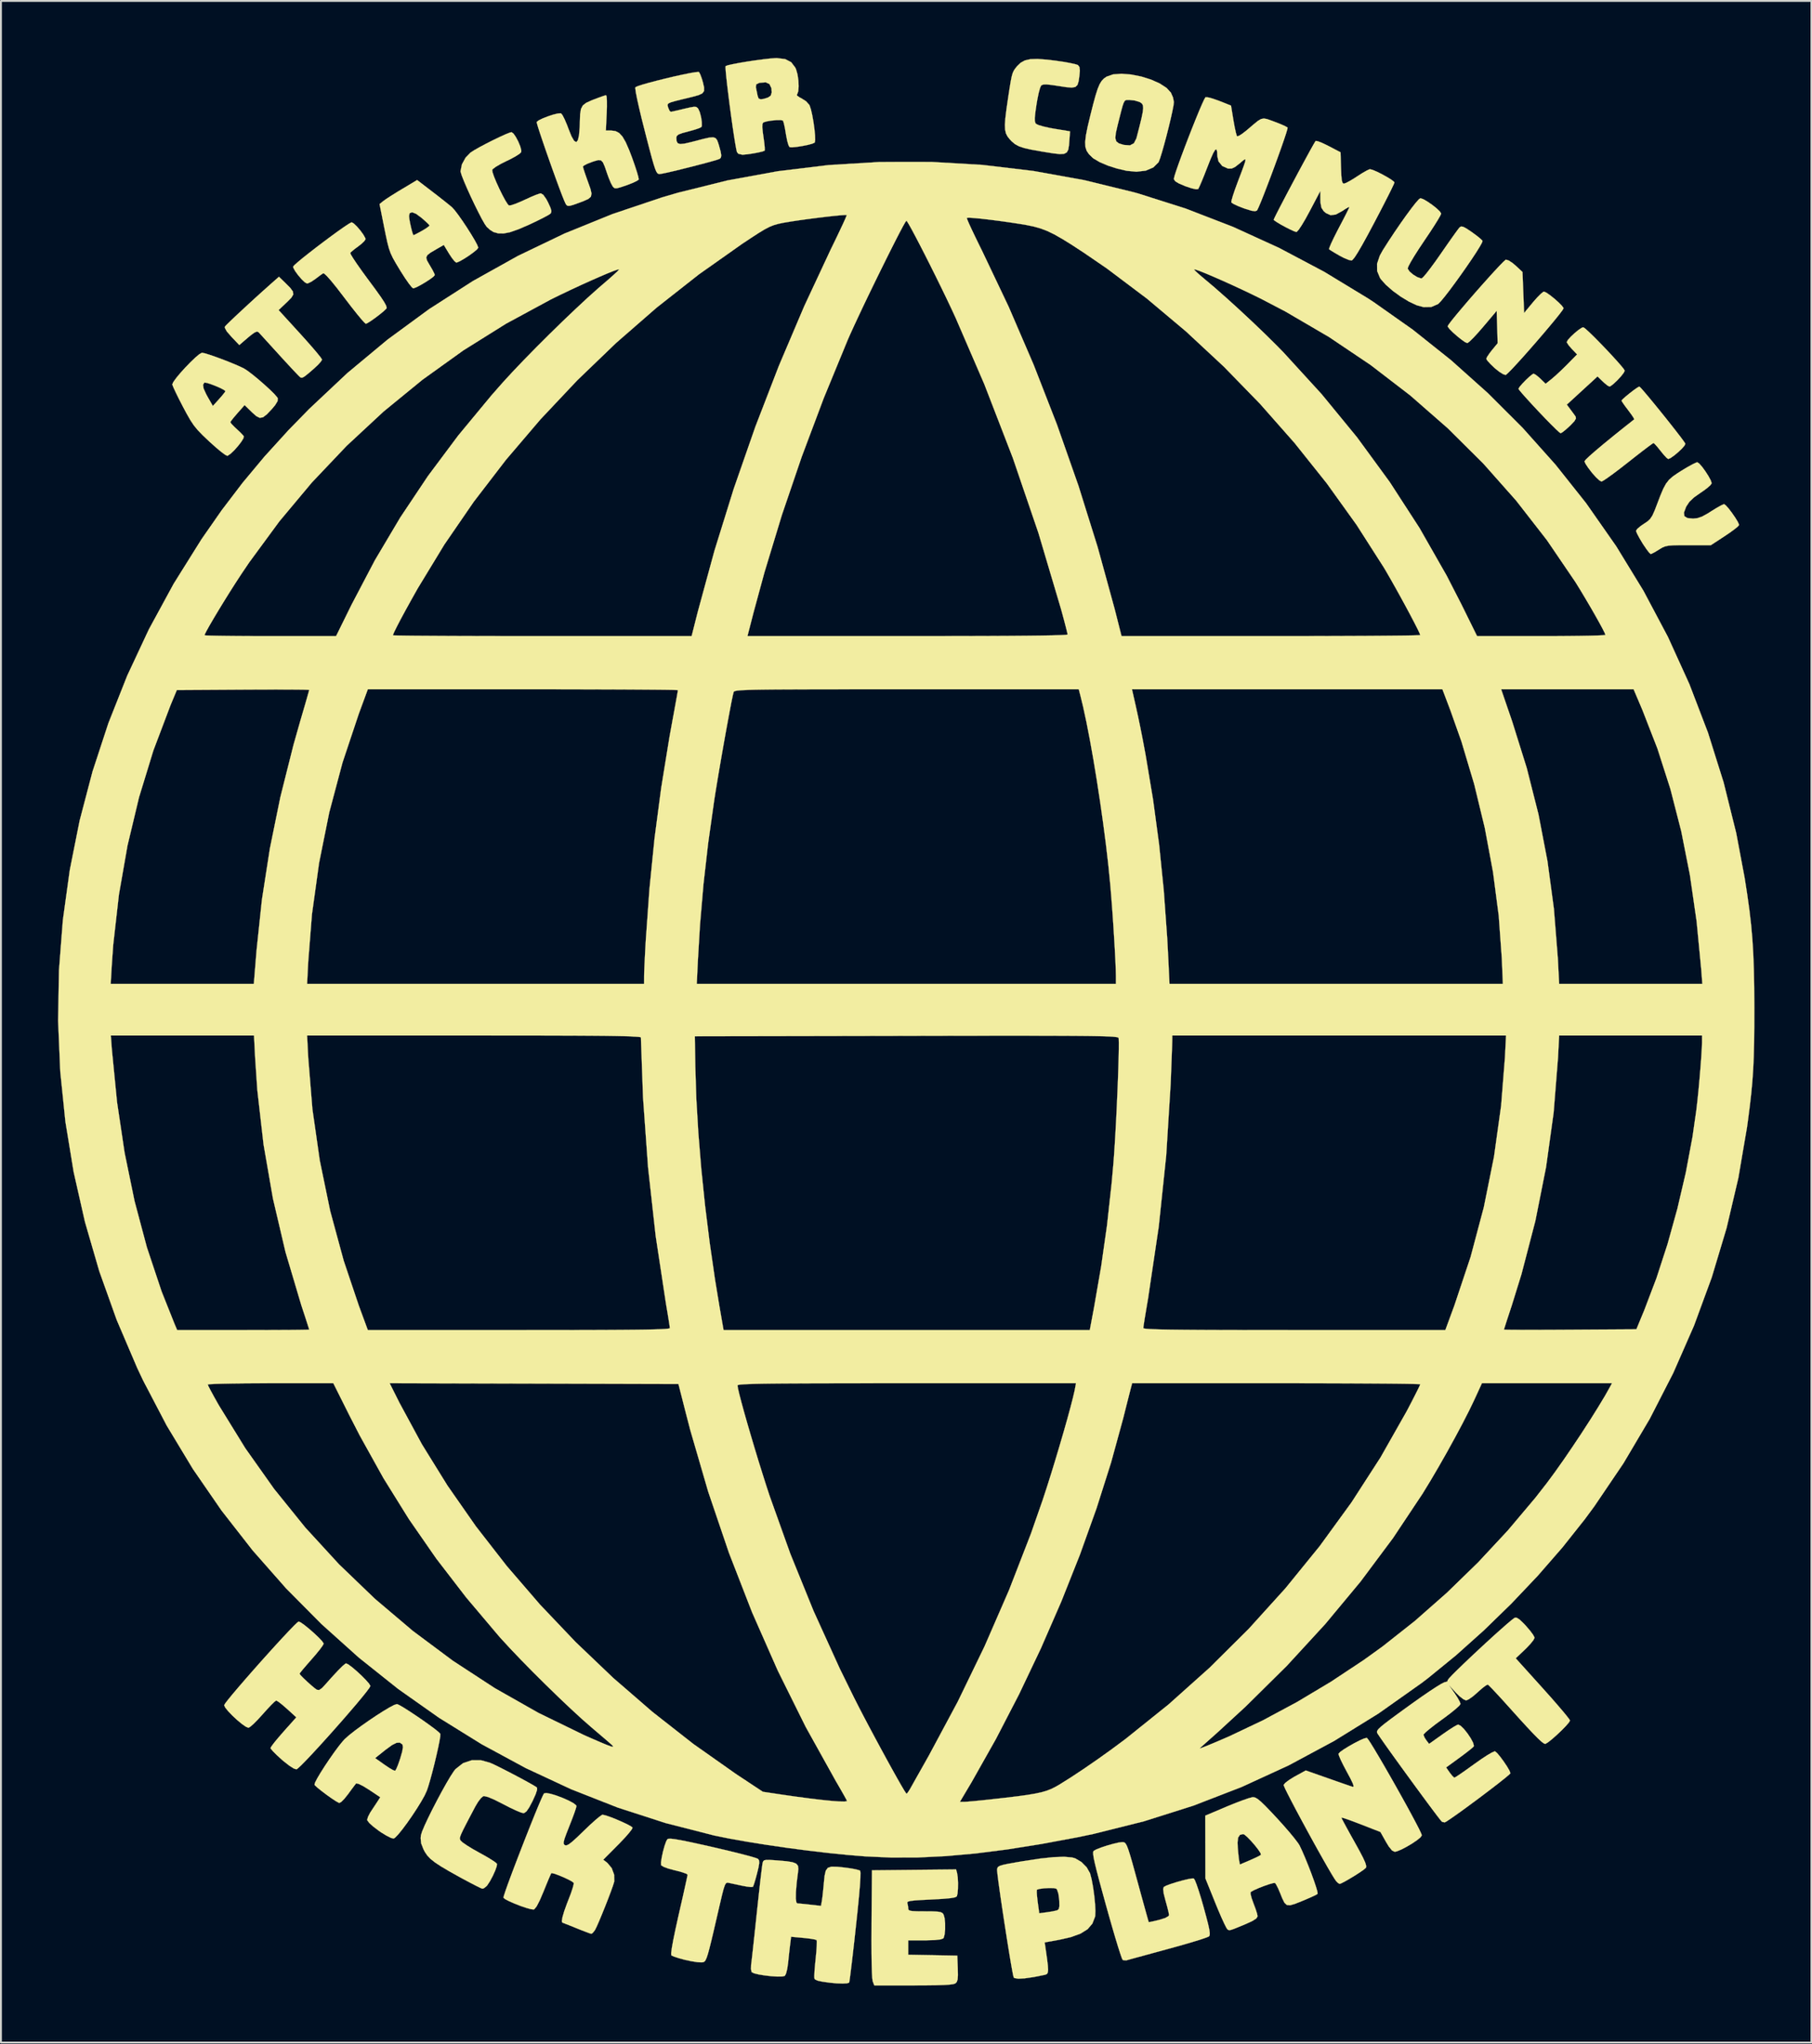
<source format=kicad_pcb>
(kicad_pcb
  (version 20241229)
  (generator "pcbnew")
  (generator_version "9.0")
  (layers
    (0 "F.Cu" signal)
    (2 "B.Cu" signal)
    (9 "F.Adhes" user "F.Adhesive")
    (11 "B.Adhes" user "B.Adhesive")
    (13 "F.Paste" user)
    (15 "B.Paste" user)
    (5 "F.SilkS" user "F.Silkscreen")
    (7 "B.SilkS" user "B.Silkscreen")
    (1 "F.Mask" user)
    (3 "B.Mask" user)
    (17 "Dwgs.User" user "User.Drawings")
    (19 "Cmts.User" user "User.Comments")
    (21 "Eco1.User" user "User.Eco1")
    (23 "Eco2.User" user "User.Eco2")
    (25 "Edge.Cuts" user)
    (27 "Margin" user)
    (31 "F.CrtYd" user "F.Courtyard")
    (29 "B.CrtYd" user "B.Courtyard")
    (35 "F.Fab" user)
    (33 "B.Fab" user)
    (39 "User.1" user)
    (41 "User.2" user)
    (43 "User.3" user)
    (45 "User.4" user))
  (footprint "BG_GLOBE"
    (layer "F.Cu")
    (at 44.618 50.043)
    (property "Reference" "BG_GLOBE" (at 0 0 0) (layer "F.SilkS") (effects (font (size 1.524 1.524) (thickness 0.3))))
    (attr through_hole)
    (fp_poly (pts (xy -32.665 -38.214) (xy -32.405 -37.952) (xy -32.267 -37.764) (xy -32.248 -37.608) (xy -32.345 -37.443) (xy -32.555 -37.227) (xy -32.594 -37.191) (xy -33.019 -36.788) (xy -31.876 -35.536) (xy -31.528 -35.149) (xy -31.222 -34.801) (xy -30.977 -34.511) (xy -30.809 -34.3) (xy -30.737 -34.189) (xy -30.735 -34.182) (xy -30.796 -34.078) (xy -30.953 -33.904) (xy -31.174 -33.697) (xy -31.18 -33.692) (xy -31.459 -33.452) (xy -31.642 -33.307) (xy -31.757 -33.239) (xy -31.833 -33.232) (xy -31.886 -33.258) (xy -31.968 -33.337) (xy -32.144 -33.521) (xy -32.393 -33.786) (xy -32.695 -34.113) (xy -32.973 -34.417) (xy -33.305 -34.782) (xy -33.602 -35.109) (xy -33.844 -35.374) (xy -34.009 -35.555) (xy -34.072 -35.624) (xy -34.153 -35.659) (xy -34.281 -35.61) (xy -34.484 -35.461) (xy -34.629 -35.341) (xy -35.086 -34.95) (xy -35.497 -35.381) (xy -35.742 -35.663) (xy -35.846 -35.852) (xy -35.84 -35.922) (xy -35.758 -36.012) (xy -35.571 -36.195) (xy -35.301 -36.452) (xy -34.968 -36.763) (xy -34.595 -37.108) (xy -34.202 -37.468) (xy -33.81 -37.822) (xy -33.441 -38.151) (xy -33.371 -38.214) (xy -33.001 -38.54) (xy -32.665 -38.214)) (stroke (width 0.01) (type solid)) (fill yes) (layer "F.SilkS"))
    (fp_poly (pts (xy -29.063 -41.338) (xy -28.896 -41.177) (xy -28.715 -40.965) (xy -28.558 -40.748) (xy -28.461 -40.572) (xy -28.448 -40.515) (xy -28.512 -40.414) (xy -28.676 -40.259) (xy -28.826 -40.143) (xy -29.045 -39.979) (xy -29.203 -39.846) (xy -29.252 -39.794) (xy -29.218 -39.706) (xy -29.096 -39.505) (xy -28.9 -39.212) (xy -28.644 -38.849) (xy -28.344 -38.438) (xy -28.278 -38.349) (xy -27.915 -37.859) (xy -27.649 -37.485) (xy -27.47 -37.213) (xy -27.369 -37.028) (xy -27.336 -36.915) (xy -27.349 -36.87) (xy -27.484 -36.738) (xy -27.696 -36.563) (xy -27.94 -36.377) (xy -28.174 -36.212) (xy -28.355 -36.099) (xy -28.433 -36.068) (xy -28.511 -36.133) (xy -28.672 -36.313) (xy -28.901 -36.589) (xy -29.179 -36.94) (xy -29.491 -37.346) (xy -29.551 -37.425) (xy -29.942 -37.936) (xy -30.256 -38.324) (xy -30.487 -38.585) (xy -30.631 -38.713) (xy -30.674 -38.723) (xy -30.8 -38.638) (xy -30.997 -38.492) (xy -31.085 -38.424) (xy -31.299 -38.279) (xy -31.477 -38.194) (xy -31.525 -38.185) (xy -31.64 -38.248) (xy -31.808 -38.409) (xy -31.99 -38.62) (xy -32.148 -38.837) (xy -32.245 -39.012) (xy -32.258 -39.068) (xy -32.193 -39.148) (xy -32.014 -39.308) (xy -31.745 -39.531) (xy -31.409 -39.798) (xy -31.031 -40.091) (xy -30.633 -40.393) (xy -30.24 -40.685) (xy -29.876 -40.95) (xy -29.564 -41.169) (xy -29.329 -41.325) (xy -29.193 -41.398) (xy -29.176 -41.402) (xy -29.063 -41.338)) (stroke (width 0.01) (type solid)) (fill yes) (layer "F.SilkS"))
    (fp_poly (pts (xy 38.599 -32.703) (xy 38.753 -32.529) (xy 38.975 -32.268) (xy 39.245 -31.942) (xy 39.545 -31.574) (xy 39.857 -31.188) (xy 40.161 -30.805) (xy 40.44 -30.45) (xy 40.675 -30.145) (xy 40.848 -29.913) (xy 40.939 -29.778) (xy 40.948 -29.761) (xy 40.906 -29.664) (xy 40.768 -29.504) (xy 40.572 -29.318) (xy 40.359 -29.14) (xy 40.17 -29.007) (xy 40.046 -28.956) (xy 39.961 -29.018) (xy 39.811 -29.18) (xy 39.651 -29.376) (xy 39.475 -29.595) (xy 39.338 -29.748) (xy 39.275 -29.799) (xy 39.196 -29.75) (xy 39.005 -29.611) (xy 38.725 -29.399) (xy 38.376 -29.129) (xy 37.98 -28.817) (xy 37.941 -28.787) (xy 37.537 -28.471) (xy 37.172 -28.195) (xy 36.869 -27.976) (xy 36.651 -27.829) (xy 36.541 -27.771) (xy 36.538 -27.771) (xy 36.427 -27.832) (xy 36.251 -27.995) (xy 36.046 -28.225) (xy 36.03 -28.244) (xy 35.84 -28.493) (xy 35.702 -28.702) (xy 35.645 -28.829) (xy 35.645 -28.834) (xy 35.711 -28.924) (xy 35.904 -29.11) (xy 36.216 -29.383) (xy 36.638 -29.738) (xy 37.162 -30.167) (xy 37.78 -30.662) (xy 38.26 -31.042) (xy 38.229 -31.117) (xy 38.117 -31.287) (xy 37.947 -31.517) (xy 37.943 -31.523) (xy 37.766 -31.758) (xy 37.64 -31.939) (xy 37.592 -32.026) (xy 37.592 -32.026) (xy 37.654 -32.102) (xy 37.811 -32.243) (xy 38.019 -32.413) (xy 38.236 -32.58) (xy 38.42 -32.709) (xy 38.525 -32.766) (xy 38.529 -32.766) (xy 38.599 -32.703)) (stroke (width 0.01) (type solid)) (fill yes) (layer "F.SilkS"))
    (fp_poly (pts (xy 2.656 45.401) (xy 2.69 45.623) (xy 2.705 45.916) (xy 2.701 46.222) (xy 2.679 46.48) (xy 2.64 46.63) (xy 2.64 46.63) (xy 2.535 46.68) (xy 2.283 46.723) (xy 1.878 46.759) (xy 1.311 46.79) (xy 1.282 46.792) (xy 0.781 46.816) (xy 0.427 46.84) (xy 0.199 46.867) (xy 0.075 46.9) (xy 0.035 46.943) (xy 0.038 46.968) (xy 0.079 47.156) (xy 0.085 47.251) (xy 0.097 47.324) (xy 0.156 47.371) (xy 0.289 47.398) (xy 0.528 47.41) (xy 0.902 47.413) (xy 0.971 47.413) (xy 1.373 47.416) (xy 1.639 47.43) (xy 1.801 47.458) (xy 1.893 47.508) (xy 1.944 47.577) (xy 1.999 47.768) (xy 2.026 48.045) (xy 2.027 48.351) (xy 2.001 48.624) (xy 1.95 48.807) (xy 1.93 48.836) (xy 1.785 48.889) (xy 1.482 48.923) (xy 1.031 48.937) (xy 0.957 48.937) (xy 0.085 48.937) (xy 0.085 49.695) (xy 1.376 49.718) (xy 2.667 49.742) (xy 2.692 50.417) (xy 2.699 50.77) (xy 2.684 50.993) (xy 2.64 51.125) (xy 2.57 51.2) (xy 2.471 51.237) (xy 2.278 51.265) (xy 1.973 51.285) (xy 1.544 51.299) (xy 0.973 51.306) (xy 0.363 51.308) (xy -1.698 51.308) (xy -1.781 51.088) (xy -1.804 50.94) (xy -1.822 50.637) (xy -1.835 50.194) (xy -1.844 49.624) (xy -1.846 48.942) (xy -1.843 48.162) (xy -1.843 48.061) (xy -1.82 45.254) (xy 0.392 45.232) (xy 2.604 45.209) (xy 2.656 45.401)) (stroke (width 0.01) (type solid)) (fill yes) (layer "F.SilkS"))
    (fp_poly (pts (xy 7.378 -49.957) (xy 7.799 -49.906) (xy 8.219 -49.845) (xy 8.585 -49.781) (xy 8.86 -49.721) (xy 9.007 -49.672) (xy 9.015 -49.667) (xy 9.09 -49.564) (xy 9.11 -49.38) (xy 9.089 -49.128) (xy 9.047 -48.825) (xy 8.986 -48.627) (xy 8.876 -48.52) (xy 8.686 -48.486) (xy 8.387 -48.511) (xy 8.013 -48.568) (xy 7.619 -48.627) (xy 7.358 -48.654) (xy 7.197 -48.649) (xy 7.102 -48.614) (xy 7.071 -48.587) (xy 7.014 -48.458) (xy 6.945 -48.203) (xy 6.875 -47.862) (xy 6.828 -47.583) (xy 6.77 -47.175) (xy 6.742 -46.901) (xy 6.744 -46.728) (xy 6.774 -46.625) (xy 6.81 -46.579) (xy 6.939 -46.516) (xy 7.195 -46.441) (xy 7.532 -46.365) (xy 7.76 -46.324) (xy 8.594 -46.186) (xy 8.564 -45.766) (xy 8.539 -45.449) (xy 8.501 -45.223) (xy 8.424 -45.079) (xy 8.285 -45.005) (xy 8.059 -44.991) (xy 7.722 -45.027) (xy 7.249 -45.103) (xy 7.082 -45.13) (xy 6.568 -45.222) (xy 6.188 -45.308) (xy 5.91 -45.401) (xy 5.701 -45.514) (xy 5.525 -45.661) (xy 5.418 -45.776) (xy 5.303 -45.925) (xy 5.223 -46.084) (xy 5.18 -46.28) (xy 5.17 -46.538) (xy 5.195 -46.885) (xy 5.252 -47.347) (xy 5.337 -47.93) (xy 5.414 -48.437) (xy 5.475 -48.806) (xy 5.527 -49.067) (xy 5.578 -49.249) (xy 5.638 -49.381) (xy 5.714 -49.494) (xy 5.812 -49.614) (xy 6 -49.795) (xy 6.223 -49.916) (xy 6.508 -49.981) (xy 6.884 -49.993) (xy 7.378 -49.957)) (stroke (width 0.01) (type solid)) (fill yes) (layer "F.SilkS"))
    (fp_poly (pts (xy 35.688 -35.812) (xy 35.877 -35.641) (xy 36.131 -35.395) (xy 36.426 -35.097) (xy 36.739 -34.773) (xy 37.046 -34.446) (xy 37.325 -34.141) (xy 37.553 -33.882) (xy 37.706 -33.694) (xy 37.761 -33.6) (xy 37.704 -33.483) (xy 37.56 -33.3) (xy 37.37 -33.095) (xy 37.175 -32.911) (xy 37.018 -32.79) (xy 36.958 -32.766) (xy 36.855 -32.82) (xy 36.686 -32.958) (xy 36.606 -33.032) (xy 36.331 -33.299) (xy 35.523 -32.557) (xy 34.715 -31.816) (xy 34.905 -31.562) (xy 35.055 -31.36) (xy 35.17 -31.2) (xy 35.179 -31.187) (xy 35.196 -31.087) (xy 35.114 -30.946) (xy 34.916 -30.736) (xy 34.866 -30.688) (xy 34.65 -30.493) (xy 34.477 -30.357) (xy 34.39 -30.311) (xy 34.309 -30.37) (xy 34.133 -30.533) (xy 33.882 -30.782) (xy 33.574 -31.096) (xy 33.242 -31.444) (xy 32.903 -31.807) (xy 32.608 -32.13) (xy 32.376 -32.391) (xy 32.225 -32.571) (xy 32.173 -32.647) (xy 32.231 -32.748) (xy 32.375 -32.917) (xy 32.564 -33.113) (xy 32.756 -33.292) (xy 32.909 -33.414) (xy 32.97 -33.443) (xy 33.077 -33.389) (xy 33.249 -33.251) (xy 33.328 -33.178) (xy 33.602 -32.913) (xy 33.925 -33.171) (xy 34.142 -33.359) (xy 34.421 -33.619) (xy 34.708 -33.899) (xy 34.752 -33.944) (xy 35.256 -34.457) (xy 34.985 -34.738) (xy 34.822 -34.924) (xy 34.725 -35.07) (xy 34.713 -35.109) (xy 34.774 -35.221) (xy 34.926 -35.39) (xy 35.128 -35.578) (xy 35.335 -35.748) (xy 35.506 -35.86) (xy 35.586 -35.883) (xy 35.688 -35.812)) (stroke (width 0.01) (type solid)) (fill yes) (layer "F.SilkS"))
    (fp_poly (pts (xy -20.67 -46.071) (xy -20.544 -45.888) (xy -20.416 -45.646) (xy -20.313 -45.395) (xy -20.258 -45.188) (xy -20.262 -45.095) (xy -20.358 -45.001) (xy -20.572 -44.864) (xy -20.866 -44.707) (xy -21.023 -44.632) (xy -21.342 -44.472) (xy -21.6 -44.321) (xy -21.758 -44.201) (xy -21.787 -44.162) (xy -21.771 -44.037) (xy -21.691 -43.803) (xy -21.566 -43.499) (xy -21.413 -43.163) (xy -21.251 -42.835) (xy -21.098 -42.553) (xy -20.973 -42.356) (xy -20.91 -42.289) (xy -20.798 -42.299) (xy -20.574 -42.373) (xy -20.276 -42.496) (xy -20.095 -42.579) (xy -19.764 -42.731) (xy -19.479 -42.849) (xy -19.282 -42.916) (xy -19.229 -42.926) (xy -19.102 -42.848) (xy -18.945 -42.626) (xy -18.851 -42.448) (xy -18.725 -42.173) (xy -18.676 -42.004) (xy -18.695 -41.899) (xy -18.729 -41.856) (xy -18.846 -41.779) (xy -19.085 -41.65) (xy -19.412 -41.486) (xy -19.795 -41.304) (xy -19.856 -41.276) (xy -20.403 -41.039) (xy -20.836 -40.887) (xy -21.182 -40.817) (xy -21.469 -40.821) (xy -21.717 -40.89) (xy -21.896 -41.002) (xy -22.076 -41.164) (xy -22.183 -41.318) (xy -22.337 -41.589) (xy -22.522 -41.946) (xy -22.724 -42.354) (xy -22.927 -42.784) (xy -23.116 -43.202) (xy -23.276 -43.575) (xy -23.393 -43.873) (xy -23.449 -44.062) (xy -23.453 -44.092) (xy -23.38 -44.452) (xy -23.186 -44.806) (xy -22.932 -45.067) (xy -22.746 -45.188) (xy -22.464 -45.349) (xy -22.12 -45.532) (xy -21.753 -45.718) (xy -21.397 -45.89) (xy -21.089 -46.03) (xy -20.864 -46.12) (xy -20.771 -46.143) (xy -20.67 -46.071)) (stroke (width 0.01) (type solid)) (fill yes) (layer "F.SilkS"))
    (fp_poly (pts (xy 31.652 -39.399) (xy 31.857 -39.267) (xy 32.022 -39.128) (xy 32.385 -38.79) (xy 32.427 -37.713) (xy 32.47 -36.635) (xy 32.935 -37.197) (xy 33.159 -37.452) (xy 33.353 -37.647) (xy 33.487 -37.751) (xy 33.514 -37.76) (xy 33.636 -37.708) (xy 33.832 -37.572) (xy 34.061 -37.389) (xy 34.283 -37.192) (xy 34.457 -37.016) (xy 34.541 -36.897) (xy 34.544 -36.883) (xy 34.49 -36.786) (xy 34.34 -36.585) (xy 34.112 -36.3) (xy 33.823 -35.952) (xy 33.493 -35.561) (xy 33.139 -35.149) (xy 32.779 -34.736) (xy 32.431 -34.343) (xy 32.112 -33.991) (xy 31.842 -33.7) (xy 31.637 -33.491) (xy 31.517 -33.385) (xy 31.499 -33.376) (xy 31.367 -33.417) (xy 31.159 -33.548) (xy 30.919 -33.741) (xy 30.917 -33.743) (xy 30.699 -33.952) (xy 30.542 -34.124) (xy 30.48 -34.224) (xy 30.48 -34.226) (xy 30.53 -34.336) (xy 30.659 -34.526) (xy 30.779 -34.68) (xy 31.079 -35.045) (xy 31.054 -35.898) (xy 31.03 -36.751) (xy 30.313 -35.902) (xy 30.037 -35.585) (xy 29.793 -35.322) (xy 29.603 -35.137) (xy 29.492 -35.054) (xy 29.482 -35.052) (xy 29.362 -35.105) (xy 29.168 -35.241) (xy 28.939 -35.425) (xy 28.717 -35.622) (xy 28.542 -35.798) (xy 28.453 -35.919) (xy 28.45 -35.936) (xy 28.504 -36.032) (xy 28.655 -36.231) (xy 28.885 -36.515) (xy 29.175 -36.861) (xy 29.506 -37.25) (xy 29.862 -37.661) (xy 30.225 -38.073) (xy 30.575 -38.465) (xy 30.895 -38.818) (xy 31.167 -39.109) (xy 31.373 -39.32) (xy 31.495 -39.428) (xy 31.515 -39.438) (xy 31.652 -39.399)) (stroke (width 0.01) (type solid)) (fill yes) (layer "F.SilkS"))
    (fp_poly (pts (xy 27.163 -42.623) (xy 27.382 -42.497) (xy 27.629 -42.327) (xy 27.861 -42.143) (xy 28.036 -41.978) (xy 28.109 -41.865) (xy 28.109 -41.86) (xy 28.063 -41.754) (xy 27.936 -41.532) (xy 27.741 -41.22) (xy 27.495 -40.842) (xy 27.214 -40.425) (xy 26.933 -40.004) (xy 26.691 -39.624) (xy 26.503 -39.308) (xy 26.384 -39.082) (xy 26.347 -38.97) (xy 26.439 -38.824) (xy 26.626 -38.661) (xy 26.847 -38.524) (xy 27.039 -38.457) (xy 27.089 -38.458) (xy 27.176 -38.533) (xy 27.341 -38.726) (xy 27.563 -39.015) (xy 27.827 -39.375) (xy 28.091 -39.752) (xy 28.378 -40.166) (xy 28.638 -40.537) (xy 28.854 -40.84) (xy 29.008 -41.049) (xy 29.08 -41.138) (xy 29.159 -41.185) (xy 29.272 -41.166) (xy 29.45 -41.07) (xy 29.726 -40.884) (xy 29.983 -40.695) (xy 30.18 -40.535) (xy 30.28 -40.434) (xy 30.284 -40.425) (xy 30.249 -40.32) (xy 30.128 -40.105) (xy 29.939 -39.802) (xy 29.697 -39.437) (xy 29.42 -39.032) (xy 29.124 -38.612) (xy 28.827 -38.2) (xy 28.546 -37.821) (xy 28.296 -37.499) (xy 28.095 -37.256) (xy 27.96 -37.118) (xy 27.944 -37.105) (xy 27.588 -36.95) (xy 27.189 -36.943) (xy 26.83 -37.039) (xy 26.427 -37.226) (xy 25.991 -37.489) (xy 25.569 -37.796) (xy 25.203 -38.115) (xy 24.939 -38.411) (xy 24.893 -38.479) (xy 24.743 -38.841) (xy 24.739 -39.224) (xy 24.882 -39.65) (xy 25.04 -39.935) (xy 25.342 -40.409) (xy 25.659 -40.888) (xy 25.975 -41.35) (xy 26.276 -41.775) (xy 26.546 -42.14) (xy 26.77 -42.426) (xy 26.933 -42.61) (xy 27.016 -42.671) (xy 27.163 -42.623)) (stroke (width 0.01) (type solid)) (fill yes) (layer "F.SilkS"))
    (fp_poly (pts (xy 11.808 -49.174) (xy 12.337 -49.069) (xy 12.851 -48.909) (xy 13.311 -48.704) (xy 13.677 -48.464) (xy 13.899 -48.218) (xy 14.008 -47.97) (xy 14.054 -47.73) (xy 14.054 -47.727) (xy 14.033 -47.544) (xy 13.974 -47.238) (xy 13.886 -46.844) (xy 13.779 -46.398) (xy 13.661 -45.933) (xy 13.541 -45.484) (xy 13.428 -45.087) (xy 13.331 -44.776) (xy 13.259 -44.585) (xy 13.244 -44.557) (xy 12.97 -44.286) (xy 12.577 -44.12) (xy 12.086 -44.064) (xy 11.579 -44.111) (xy 11.077 -44.226) (xy 10.587 -44.383) (xy 10.157 -44.566) (xy 9.836 -44.755) (xy 9.773 -44.805) (xy 9.594 -44.98) (xy 9.472 -45.156) (xy 9.404 -45.362) (xy 9.391 -45.623) (xy 9.414 -45.828) (xy 10.976 -45.828) (xy 11.027 -45.658) (xy 11.164 -45.552) (xy 11.399 -45.48) (xy 11.442 -45.471) (xy 11.747 -45.45) (xy 11.953 -45.56) (xy 12.083 -45.813) (xy 12.099 -45.87) (xy 12.247 -46.444) (xy 12.353 -46.877) (xy 12.417 -47.192) (xy 12.441 -47.41) (xy 12.427 -47.553) (xy 12.377 -47.646) (xy 12.292 -47.708) (xy 12.23 -47.738) (xy 11.988 -47.809) (xy 11.726 -47.837) (xy 11.617 -47.839) (xy 11.536 -47.831) (xy 11.473 -47.789) (xy 11.416 -47.69) (xy 11.354 -47.512) (xy 11.278 -47.231) (xy 11.175 -46.824) (xy 11.091 -46.49) (xy 11.001 -46.095) (xy 10.976 -45.828) (xy 9.414 -45.828) (xy 9.429 -45.967) (xy 9.519 -46.419) (xy 9.659 -47.006) (xy 9.659 -47.009) (xy 9.812 -47.614) (xy 9.938 -48.076) (xy 10.048 -48.42) (xy 10.152 -48.667) (xy 10.259 -48.841) (xy 10.378 -48.966) (xy 10.518 -49.063) (xy 10.859 -49.181) (xy 11.302 -49.215) (xy 11.808 -49.174)) (stroke (width 0.01) (type solid)) (fill yes) (layer "F.SilkS"))
    (fp_poly (pts (xy 41.678 -28.718) (xy 41.829 -28.546) (xy 42 -28.312) (xy 42.161 -28.061) (xy 42.282 -27.837) (xy 42.332 -27.685) (xy 42.332 -27.679) (xy 42.265 -27.58) (xy 42.087 -27.423) (xy 41.833 -27.237) (xy 41.748 -27.181) (xy 41.396 -26.932) (xy 41.161 -26.707) (xy 41.002 -26.468) (xy 40.983 -26.431) (xy 40.875 -26.14) (xy 40.896 -25.952) (xy 41.056 -25.852) (xy 41.356 -25.823) (xy 41.59 -25.848) (xy 41.835 -25.934) (xy 42.139 -26.102) (xy 42.298 -26.203) (xy 42.582 -26.379) (xy 42.818 -26.512) (xy 42.966 -26.579) (xy 42.986 -26.584) (xy 43.077 -26.519) (xy 43.225 -26.352) (xy 43.398 -26.125) (xy 43.567 -25.88) (xy 43.701 -25.661) (xy 43.769 -25.51) (xy 43.773 -25.487) (xy 43.706 -25.406) (xy 43.526 -25.258) (xy 43.262 -25.066) (xy 43.032 -24.911) (xy 42.291 -24.426) (xy 41.106 -24.426) (xy 40.633 -24.425) (xy 40.295 -24.417) (xy 40.058 -24.398) (xy 39.886 -24.362) (xy 39.746 -24.305) (xy 39.603 -24.22) (xy 39.562 -24.194) (xy 39.341 -24.059) (xy 39.176 -23.975) (xy 39.127 -23.961) (xy 39.049 -24.028) (xy 38.911 -24.205) (xy 38.74 -24.457) (xy 38.702 -24.516) (xy 38.536 -24.795) (xy 38.413 -25.027) (xy 38.356 -25.168) (xy 38.354 -25.181) (xy 38.421 -25.282) (xy 38.593 -25.429) (xy 38.761 -25.543) (xy 38.958 -25.675) (xy 39.099 -25.807) (xy 39.214 -25.981) (xy 39.33 -26.239) (xy 39.45 -26.55) (xy 39.635 -27.035) (xy 39.787 -27.393) (xy 39.93 -27.657) (xy 40.087 -27.86) (xy 40.282 -28.034) (xy 40.54 -28.213) (xy 40.744 -28.342) (xy 41.059 -28.532) (xy 41.33 -28.681) (xy 41.518 -28.77) (xy 41.577 -28.786) (xy 41.678 -28.718)) (stroke (width 0.01) (type solid)) (fill yes) (layer "F.SilkS"))
    (fp_poly (pts (xy 8.693 44.579) (xy 8.863 44.625) (xy 9.19 44.816) (xy 9.471 45.098) (xy 9.647 45.412) (xy 9.648 45.416) (xy 9.73 45.734) (xy 9.805 46.138) (xy 9.866 46.579) (xy 9.909 47.011) (xy 9.928 47.384) (xy 9.917 47.652) (xy 9.909 47.697) (xy 9.77 48.057) (xy 9.521 48.349) (xy 9.149 48.583) (xy 8.639 48.769) (xy 8.044 48.904) (xy 7.262 49.047) (xy 7.319 49.437) (xy 7.388 49.922) (xy 7.429 50.267) (xy 7.442 50.495) (xy 7.425 50.634) (xy 7.378 50.708) (xy 7.3 50.744) (xy 7.272 50.751) (xy 6.687 50.868) (xy 6.218 50.936) (xy 5.876 50.955) (xy 5.676 50.923) (xy 5.634 50.891) (xy 5.605 50.782) (xy 5.556 50.53) (xy 5.49 50.159) (xy 5.412 49.694) (xy 5.325 49.158) (xy 5.233 48.577) (xy 5.139 47.974) (xy 5.048 47.375) (xy 4.963 46.803) (xy 4.9 46.365) (xy 6.843 46.365) (xy 6.855 46.578) (xy 6.887 46.871) (xy 6.892 46.908) (xy 6.976 47.515) (xy 7.384 47.461) (xy 7.654 47.419) (xy 7.868 47.373) (xy 7.927 47.355) (xy 8.003 47.292) (xy 8.035 47.151) (xy 8.032 46.893) (xy 8.026 46.801) (xy 7.982 46.478) (xy 7.911 46.27) (xy 7.868 46.22) (xy 7.732 46.191) (xy 7.496 46.187) (xy 7.225 46.202) (xy 6.987 46.234) (xy 6.854 46.274) (xy 6.843 46.365) (xy 4.9 46.365) (xy 4.889 46.282) (xy 4.827 45.838) (xy 4.784 45.494) (xy 4.761 45.275) (xy 4.76 45.212) (xy 4.775 45.132) (xy 4.818 45.07) (xy 4.912 45.017) (xy 5.082 44.966) (xy 5.353 44.909) (xy 5.747 44.839) (xy 6.138 44.772) (xy 7.009 44.64) (xy 7.722 44.564) (xy 8.283 44.544) (xy 8.693 44.579)) (stroke (width 0.01) (type solid)) (fill yes) (layer "F.SilkS"))
    (fp_poly (pts (xy -12.186 43.618) (xy -11.882 43.67) (xy -11.464 43.754) (xy -10.915 43.873) (xy -10.219 44.029) (xy -10.198 44.034) (xy -9.596 44.174) (xy -9.045 44.307) (xy -8.569 44.427) (xy -8.189 44.529) (xy -7.928 44.607) (xy -7.808 44.656) (xy -7.805 44.658) (xy -7.755 44.74) (xy -7.748 44.878) (xy -7.787 45.109) (xy -7.862 45.418) (xy -7.947 45.732) (xy -8.022 45.978) (xy -8.073 46.113) (xy -8.081 46.125) (xy -8.185 46.135) (xy -8.403 46.111) (xy -8.66 46.063) (xy -8.968 45.997) (xy -9.232 45.941) (xy -9.368 45.912) (xy -9.442 45.907) (xy -9.503 45.945) (xy -9.56 46.05) (xy -9.625 46.246) (xy -9.705 46.558) (xy -9.811 47.009) (xy -9.82 47.045) (xy -10.002 47.832) (xy -10.15 48.47) (xy -10.27 48.974) (xy -10.367 49.361) (xy -10.444 49.645) (xy -10.509 49.844) (xy -10.565 49.973) (xy -10.618 50.046) (xy -10.673 50.081) (xy -10.734 50.093) (xy -10.795 50.097) (xy -11.003 50.085) (xy -11.31 50.037) (xy -11.651 49.964) (xy -11.669 49.96) (xy -11.979 49.875) (xy -12.226 49.793) (xy -12.362 49.731) (xy -12.37 49.725) (xy -12.378 49.615) (xy -12.345 49.35) (xy -12.271 48.939) (xy -12.158 48.391) (xy -12.009 47.714) (xy -11.983 47.6) (xy -11.854 47.034) (xy -11.738 46.522) (xy -11.642 46.088) (xy -11.569 45.754) (xy -11.525 45.545) (xy -11.515 45.483) (xy -11.591 45.431) (xy -11.795 45.359) (xy -12.086 45.279) (xy -12.188 45.255) (xy -12.521 45.166) (xy -12.771 45.074) (xy -12.9 44.994) (xy -12.907 44.982) (xy -12.912 44.832) (xy -12.874 44.578) (xy -12.808 44.273) (xy -12.726 43.975) (xy -12.642 43.736) (xy -12.579 43.623) (xy -12.518 43.597) (xy -12.393 43.594) (xy -12.186 43.618)) (stroke (width 0.01) (type solid)) (fill yes) (layer "F.SilkS"))
    (fp_poly (pts (xy -22.366 39.47) (xy -21.909 39.598) (xy -21.708 39.687) (xy -21.412 39.832) (xy -21.052 40.014) (xy -20.664 40.215) (xy -20.278 40.42) (xy -19.929 40.61) (xy -19.65 40.767) (xy -19.473 40.875) (xy -19.434 40.904) (xy -19.427 41.021) (xy -19.507 41.263) (xy -19.666 41.615) (xy -19.666 41.615) (xy -19.844 41.95) (xy -19.981 42.15) (xy -20.097 42.239) (xy -20.153 42.249) (xy -20.293 42.21) (xy -20.545 42.105) (xy -20.872 41.951) (xy -21.21 41.777) (xy -21.667 41.545) (xy -22.004 41.402) (xy -22.213 41.351) (xy -22.255 41.356) (xy -22.376 41.454) (xy -22.533 41.659) (xy -22.672 41.891) (xy -22.954 42.426) (xy -23.166 42.832) (xy -23.317 43.128) (xy -23.415 43.335) (xy -23.469 43.474) (xy -23.489 43.564) (xy -23.482 43.626) (xy -23.457 43.679) (xy -23.453 43.687) (xy -23.348 43.787) (xy -23.126 43.942) (xy -22.818 44.131) (xy -22.474 44.324) (xy -22.122 44.52) (xy -21.828 44.697) (xy -21.622 44.835) (xy -21.536 44.915) (xy -21.551 45.046) (xy -21.631 45.272) (xy -21.754 45.544) (xy -21.897 45.813) (xy -22.037 46.029) (xy -22.078 46.08) (xy -22.217 46.195) (xy -22.302 46.223) (xy -22.405 46.183) (xy -22.628 46.074) (xy -22.942 45.912) (xy -23.318 45.711) (xy -23.503 45.61) (xy -24.059 45.3) (xy -24.484 45.048) (xy -24.802 44.837) (xy -25.035 44.651) (xy -25.204 44.473) (xy -25.331 44.285) (xy -25.401 44.151) (xy -25.523 43.839) (xy -25.55 43.562) (xy -25.534 43.408) (xy -25.474 43.214) (xy -25.344 42.905) (xy -25.16 42.511) (xy -24.938 42.061) (xy -24.693 41.587) (xy -24.442 41.118) (xy -24.201 40.686) (xy -23.985 40.32) (xy -23.809 40.05) (xy -23.718 39.934) (xy -23.324 39.623) (xy -22.87 39.468) (xy -22.366 39.47)) (stroke (width 0.01) (type solid)) (fill yes) (layer "F.SilkS"))
    (fp_poly (pts (xy -24.954 -43.027) (xy -24.612 -42.763) (xy -24.291 -42.511) (xy -24.033 -42.303) (xy -23.899 -42.191) (xy -23.761 -42.039) (xy -23.57 -41.789) (xy -23.348 -41.473) (xy -23.116 -41.126) (xy -22.897 -40.779) (xy -22.71 -40.466) (xy -22.578 -40.22) (xy -22.522 -40.074) (xy -22.522 -40.066) (xy -22.588 -39.977) (xy -22.76 -39.833) (xy -22.993 -39.663) (xy -23.247 -39.497) (xy -23.477 -39.364) (xy -23.642 -39.292) (xy -23.675 -39.286) (xy -23.765 -39.353) (xy -23.906 -39.528) (xy -24.052 -39.749) (xy -24.333 -40.213) (xy -24.718 -39.992) (xy -25.025 -39.812) (xy -25.199 -39.677) (xy -25.257 -39.55) (xy -25.214 -39.393) (xy -25.086 -39.169) (xy -25.068 -39.14) (xy -24.927 -38.897) (xy -24.832 -38.708) (xy -24.807 -38.63) (xy -24.875 -38.548) (xy -25.049 -38.416) (xy -25.286 -38.261) (xy -25.539 -38.111) (xy -25.766 -37.992) (xy -25.922 -37.933) (xy -25.943 -37.931) (xy -26.025 -37.999) (xy -26.173 -38.187) (xy -26.367 -38.466) (xy -26.587 -38.809) (xy -26.626 -38.871) (xy -26.846 -39.236) (xy -27.008 -39.523) (xy -27.127 -39.775) (xy -27.219 -40.036) (xy -27.301 -40.349) (xy -27.389 -40.757) (xy -27.456 -41.087) (xy -27.586 -41.738) (xy -26.162 -41.738) (xy -26.145 -41.572) (xy -26.101 -41.335) (xy -26.044 -41.081) (xy -25.986 -40.864) (xy -25.94 -40.738) (xy -25.927 -40.725) (xy -25.839 -40.763) (xy -25.651 -40.861) (xy -25.476 -40.958) (xy -25.254 -41.092) (xy -25.112 -41.199) (xy -25.083 -41.242) (xy -25.153 -41.32) (xy -25.316 -41.473) (xy -25.507 -41.641) (xy -25.795 -41.853) (xy -26.005 -41.933) (xy -26.13 -41.88) (xy -26.162 -41.738) (xy -27.586 -41.738) (xy -27.711 -42.362) (xy -27.512 -42.523) (xy -27.357 -42.634) (xy -27.096 -42.803) (xy -26.771 -43.006) (xy -26.524 -43.155) (xy -25.736 -43.626) (xy -24.954 -43.027)) (stroke (width 0.01) (type solid)) (fill yes) (layer "F.SilkS"))
    (fp_poly (pts (xy 11.407 43.777) (xy 11.468 43.8) (xy 11.526 43.861) (xy 11.588 43.978) (xy 11.66 44.168) (xy 11.75 44.449) (xy 11.863 44.838) (xy 12.006 45.355) (xy 12.187 46.016) (xy 12.199 46.059) (xy 12.346 46.598) (xy 12.479 47.08) (xy 12.59 47.481) (xy 12.673 47.778) (xy 12.722 47.948) (xy 12.733 47.98) (xy 12.815 47.97) (xy 13.017 47.926) (xy 13.274 47.864) (xy 13.605 47.761) (xy 13.777 47.66) (xy 13.801 47.607) (xy 13.778 47.47) (xy 13.718 47.221) (xy 13.633 46.909) (xy 13.617 46.853) (xy 13.521 46.477) (xy 13.492 46.241) (xy 13.523 46.133) (xy 13.651 46.063) (xy 13.892 45.973) (xy 14.197 45.876) (xy 14.52 45.786) (xy 14.812 45.717) (xy 15.026 45.682) (xy 15.102 45.685) (xy 15.16 45.777) (xy 15.25 46.005) (xy 15.365 46.343) (xy 15.495 46.764) (xy 15.613 47.175) (xy 15.759 47.711) (xy 15.86 48.107) (xy 15.92 48.385) (xy 15.942 48.568) (xy 15.933 48.678) (xy 15.902 48.73) (xy 15.792 48.78) (xy 15.542 48.867) (xy 15.175 48.982) (xy 14.714 49.119) (xy 14.183 49.27) (xy 13.716 49.399) (xy 13.147 49.554) (xy 12.63 49.695) (xy 12.189 49.815) (xy 11.846 49.909) (xy 11.624 49.971) (xy 11.549 49.992) (xy 11.398 49.981) (xy 11.362 49.964) (xy 11.317 49.871) (xy 11.235 49.634) (xy 11.119 49.272) (xy 10.977 48.804) (xy 10.815 48.251) (xy 10.637 47.63) (xy 10.495 47.123) (xy 10.284 46.355) (xy 10.116 45.735) (xy 9.988 45.246) (xy 9.897 44.873) (xy 9.839 44.602) (xy 9.812 44.416) (xy 9.81 44.3) (xy 9.831 44.239) (xy 9.836 44.234) (xy 9.975 44.156) (xy 10.229 44.057) (xy 10.544 43.953) (xy 10.869 43.861) (xy 11.154 43.795) (xy 11.335 43.773) (xy 11.407 43.777)) (stroke (width 0.01) (type solid)) (fill yes) (layer "F.SilkS"))
    (fp_poly (pts (xy -36.893 -34.513) (xy -36.624 -34.43) (xy -36.276 -34.309) (xy -35.889 -34.164) (xy -35.5 -34.01) (xy -35.149 -33.862) (xy -34.875 -33.735) (xy -34.85 -33.722) (xy -34.654 -33.597) (xy -34.388 -33.395) (xy -34.082 -33.144) (xy -33.769 -32.872) (xy -33.479 -32.607) (xy -33.244 -32.375) (xy -33.095 -32.204) (xy -33.061 -32.147) (xy -33.072 -32.002) (xy -33.2 -31.791) (xy -33.373 -31.584) (xy -33.639 -31.303) (xy -33.839 -31.151) (xy -34.01 -31.121) (xy -34.19 -31.21) (xy -34.416 -31.41) (xy -34.43 -31.424) (xy -34.806 -31.792) (xy -35.18 -31.369) (xy -35.37 -31.147) (xy -35.506 -30.975) (xy -35.557 -30.892) (xy -35.501 -30.81) (xy -35.355 -30.657) (xy -35.233 -30.543) (xy -35.034 -30.356) (xy -34.889 -30.204) (xy -34.847 -30.152) (xy -34.869 -30.044) (xy -34.982 -29.86) (xy -35.153 -29.639) (xy -35.349 -29.418) (xy -35.537 -29.238) (xy -35.685 -29.136) (xy -35.725 -29.125) (xy -35.834 -29.181) (xy -36.037 -29.332) (xy -36.307 -29.557) (xy -36.617 -29.834) (xy -36.675 -29.887) (xy -37.015 -30.21) (xy -37.271 -30.475) (xy -37.475 -30.725) (xy -37.662 -31.006) (xy -37.865 -31.361) (xy -38.05 -31.709) (xy -38.251 -32.099) (xy -38.42 -32.442) (xy -38.543 -32.706) (xy -38.604 -32.861) (xy -38.604 -32.863) (xy -36.992 -32.863) (xy -36.963 -32.666) (xy -36.828 -32.367) (xy -36.738 -32.202) (xy -36.476 -31.745) (xy -36.149 -32.107) (xy -35.971 -32.312) (xy -35.85 -32.465) (xy -35.817 -32.522) (xy -35.887 -32.586) (xy -36.068 -32.682) (xy -36.31 -32.789) (xy -36.565 -32.887) (xy -36.782 -32.957) (xy -36.911 -32.977) (xy -36.922 -32.973) (xy -36.992 -32.863) (xy -38.604 -32.863) (xy -38.608 -32.883) (xy -38.551 -33.012) (xy -38.398 -33.223) (xy -38.177 -33.488) (xy -37.918 -33.774) (xy -37.647 -34.053) (xy -37.395 -34.294) (xy -37.188 -34.468) (xy -37.055 -34.543) (xy -37.046 -34.544) (xy -36.893 -34.513)) (stroke (width 0.01) (type solid)) (fill yes) (layer "F.SilkS"))
    (fp_poly (pts (xy 21.618 -45.667) (xy 21.831 -45.586) (xy 22.111 -45.454) (xy 22.203 -45.407) (xy 22.818 -45.085) (xy 22.842 -44.26) (xy 22.858 -43.868) (xy 22.883 -43.618) (xy 22.921 -43.483) (xy 22.977 -43.435) (xy 22.993 -43.434) (xy 23.119 -43.479) (xy 23.341 -43.598) (xy 23.616 -43.768) (xy 23.687 -43.815) (xy 23.966 -43.994) (xy 24.199 -44.127) (xy 24.346 -44.193) (xy 24.364 -44.196) (xy 24.512 -44.158) (xy 24.742 -44.06) (xy 25.013 -43.924) (xy 25.28 -43.775) (xy 25.501 -43.636) (xy 25.633 -43.53) (xy 25.651 -43.496) (xy 25.613 -43.396) (xy 25.504 -43.167) (xy 25.338 -42.83) (xy 25.122 -42.407) (xy 24.869 -41.916) (xy 24.6 -41.402) (xy 24.243 -40.733) (xy 23.954 -40.209) (xy 23.728 -39.822) (xy 23.561 -39.563) (xy 23.446 -39.425) (xy 23.396 -39.395) (xy 23.245 -39.426) (xy 23.006 -39.525) (xy 22.754 -39.656) (xy 22.498 -39.806) (xy 22.303 -39.926) (xy 22.215 -39.987) (xy 22.234 -40.076) (xy 22.321 -40.286) (xy 22.464 -40.588) (xy 22.649 -40.954) (xy 22.723 -41.097) (xy 22.924 -41.48) (xy 23.094 -41.809) (xy 23.216 -42.055) (xy 23.279 -42.19) (xy 23.283 -42.206) (xy 23.221 -42.191) (xy 23.06 -42.098) (xy 22.897 -41.991) (xy 22.569 -41.812) (xy 22.297 -41.778) (xy 22.049 -41.89) (xy 21.927 -41.997) (xy 21.813 -42.173) (xy 21.763 -42.437) (xy 21.758 -42.608) (xy 21.756 -43.053) (xy 21.188 -41.974) (xy 20.97 -41.575) (xy 20.775 -41.247) (xy 20.619 -41.014) (xy 20.517 -40.901) (xy 20.499 -40.894) (xy 20.378 -40.931) (xy 20.168 -41.027) (xy 19.913 -41.157) (xy 19.656 -41.298) (xy 19.444 -41.426) (xy 19.319 -41.516) (xy 19.304 -41.538) (xy 19.342 -41.63) (xy 19.449 -41.847) (xy 19.611 -42.164) (xy 19.817 -42.559) (xy 20.052 -43.008) (xy 20.306 -43.486) (xy 20.564 -43.97) (xy 20.815 -44.437) (xy 21.046 -44.862) (xy 21.243 -45.222) (xy 21.395 -45.493) (xy 21.489 -45.651) (xy 21.512 -45.682) (xy 21.618 -45.667)) (stroke (width 0.01) (type solid)) (fill yes) (layer "F.SilkS"))
    (fp_poly (pts (xy 24.2 38.29) (xy 24.267 38.367) (xy 24.403 38.571) (xy 24.595 38.883) (xy 24.832 39.281) (xy 25.103 39.745) (xy 25.395 40.253) (xy 25.697 40.785) (xy 25.997 41.32) (xy 26.283 41.836) (xy 26.543 42.314) (xy 26.766 42.732) (xy 26.94 43.069) (xy 27.052 43.304) (xy 27.092 43.417) (xy 27.022 43.521) (xy 26.838 43.672) (xy 26.582 43.846) (xy 26.293 44.017) (xy 26.012 44.163) (xy 25.78 44.258) (xy 25.664 44.281) (xy 25.525 44.212) (xy 25.352 43.999) (xy 25.208 43.761) (xy 24.916 43.241) (xy 23.888 42.839) (xy 23.507 42.694) (xy 23.189 42.579) (xy 22.965 42.505) (xy 22.863 42.482) (xy 22.86 42.484) (xy 22.899 42.57) (xy 23.009 42.777) (xy 23.174 43.081) (xy 23.381 43.457) (xy 23.55 43.758) (xy 23.817 44.241) (xy 24.004 44.6) (xy 24.117 44.852) (xy 24.166 45.017) (xy 24.159 45.112) (xy 24.155 45.119) (xy 24.055 45.208) (xy 23.851 45.352) (xy 23.585 45.524) (xy 23.299 45.697) (xy 23.038 45.847) (xy 22.843 45.946) (xy 22.767 45.971) (xy 22.679 45.917) (xy 22.589 45.826) (xy 22.495 45.691) (xy 22.339 45.436) (xy 22.132 45.082) (xy 21.886 44.65) (xy 21.612 44.163) (xy 21.323 43.64) (xy 21.03 43.104) (xy 20.744 42.576) (xy 20.477 42.077) (xy 20.241 41.628) (xy 20.048 41.252) (xy 19.908 40.969) (xy 19.835 40.8) (xy 19.826 40.764) (xy 19.91 40.66) (xy 20.106 40.51) (xy 20.374 40.343) (xy 20.422 40.316) (xy 20.99 40.005) (xy 22.158 40.416) (xy 22.584 40.566) (xy 22.961 40.697) (xy 23.256 40.798) (xy 23.437 40.859) (xy 23.469 40.869) (xy 23.508 40.839) (xy 23.466 40.695) (xy 23.339 40.428) (xy 23.15 40.077) (xy 22.967 39.732) (xy 22.822 39.435) (xy 22.732 39.22) (xy 22.711 39.127) (xy 22.792 39.036) (xy 22.985 38.898) (xy 23.25 38.734) (xy 23.545 38.568) (xy 23.828 38.423) (xy 24.059 38.323) (xy 24.196 38.29) (xy 24.2 38.29)) (stroke (width 0.01) (type solid)) (fill yes) (layer "F.SilkS"))
    (fp_poly (pts (xy -15.772 -48.01) (xy -15.758 -47.795) (xy -15.757 -47.474) (xy -15.768 -47.159) (xy -15.812 -46.228) (xy -15.531 -46.228) (xy -15.307 -46.2) (xy -15.115 -46.101) (xy -14.94 -45.913) (xy -14.767 -45.614) (xy -14.58 -45.185) (xy -14.432 -44.795) (xy -14.292 -44.398) (xy -14.18 -44.055) (xy -14.107 -43.799) (xy -14.081 -43.662) (xy -14.083 -43.652) (xy -14.175 -43.583) (xy -14.386 -43.482) (xy -14.674 -43.369) (xy -14.729 -43.35) (xy -15.039 -43.245) (xy -15.23 -43.194) (xy -15.341 -43.194) (xy -15.412 -43.243) (xy -15.456 -43.299) (xy -15.545 -43.462) (xy -15.656 -43.726) (xy -15.747 -43.976) (xy -15.869 -44.334) (xy -15.966 -44.555) (xy -16.067 -44.662) (xy -16.203 -44.677) (xy -16.404 -44.623) (xy -16.546 -44.575) (xy -16.798 -44.477) (xy -16.97 -44.385) (xy -17.018 -44.333) (xy -16.99 -44.221) (xy -16.916 -43.992) (xy -16.809 -43.686) (xy -16.755 -43.537) (xy -16.624 -43.167) (xy -16.566 -42.919) (xy -16.598 -42.753) (xy -16.735 -42.631) (xy -16.994 -42.515) (xy -17.216 -42.432) (xy -17.528 -42.319) (xy -17.72 -42.266) (xy -17.83 -42.27) (xy -17.897 -42.329) (xy -17.936 -42.397) (xy -18.011 -42.566) (xy -18.126 -42.855) (xy -18.271 -43.238) (xy -18.437 -43.69) (xy -18.616 -44.184) (xy -18.797 -44.696) (xy -18.973 -45.198) (xy -19.134 -45.667) (xy -19.271 -46.075) (xy -19.375 -46.397) (xy -19.436 -46.607) (xy -19.448 -46.679) (xy -19.35 -46.761) (xy -19.137 -46.865) (xy -18.863 -46.973) (xy -18.578 -47.066) (xy -18.332 -47.126) (xy -18.179 -47.135) (xy -18.171 -47.132) (xy -18.092 -47.037) (xy -17.98 -46.819) (xy -17.851 -46.515) (xy -17.78 -46.325) (xy -17.618 -45.923) (xy -17.481 -45.687) (xy -17.369 -45.619) (xy -17.283 -45.719) (xy -17.222 -45.985) (xy -17.187 -46.417) (xy -17.179 -46.683) (xy -17.165 -47.087) (xy -17.121 -47.362) (xy -17.024 -47.547) (xy -16.849 -47.684) (xy -16.572 -47.811) (xy -16.464 -47.854) (xy -16.169 -47.966) (xy -15.935 -48.049) (xy -15.806 -48.087) (xy -15.8 -48.087) (xy -15.772 -48.01)) (stroke (width 0.01) (type solid)) (fill yes) (layer "F.SilkS"))
    (fp_poly (pts (xy -10.915 -49.303) (xy -10.846 -49.177) (xy -10.762 -48.946) (xy -10.708 -48.76) (xy -10.647 -48.492) (xy -10.648 -48.31) (xy -10.737 -48.186) (xy -10.936 -48.092) (xy -11.27 -47.999) (xy -11.388 -47.971) (xy -11.858 -47.857) (xy -12.188 -47.774) (xy -12.4 -47.711) (xy -12.517 -47.656) (xy -12.563 -47.599) (xy -12.561 -47.529) (xy -12.535 -47.434) (xy -12.535 -47.433) (xy -12.464 -47.27) (xy -12.394 -47.212) (xy -12.28 -47.236) (xy -12.049 -47.288) (xy -11.745 -47.36) (xy -11.692 -47.373) (xy -11.372 -47.446) (xy -11.176 -47.479) (xy -11.063 -47.47) (xy -10.992 -47.419) (xy -10.955 -47.372) (xy -10.875 -47.199) (xy -10.809 -46.949) (xy -10.768 -46.688) (xy -10.764 -46.483) (xy -10.782 -46.419) (xy -10.881 -46.364) (xy -11.102 -46.286) (xy -11.4 -46.201) (xy -11.468 -46.184) (xy -11.797 -46.095) (xy -11.992 -46.021) (xy -12.084 -45.944) (xy -12.106 -45.851) (xy -12.091 -45.669) (xy -12.032 -45.56) (xy -11.902 -45.519) (xy -11.674 -45.541) (xy -11.322 -45.622) (xy -11.138 -45.67) (xy -10.691 -45.787) (xy -10.379 -45.857) (xy -10.173 -45.873) (xy -10.044 -45.831) (xy -9.962 -45.727) (xy -9.898 -45.554) (xy -9.867 -45.451) (xy -9.777 -45.125) (xy -9.744 -44.923) (xy -9.764 -44.806) (xy -9.826 -44.743) (xy -9.947 -44.698) (xy -10.2 -44.623) (xy -10.552 -44.526) (xy -10.969 -44.416) (xy -11.419 -44.3) (xy -11.869 -44.188) (xy -12.284 -44.088) (xy -12.633 -44.008) (xy -12.883 -43.957) (xy -12.991 -43.942) (xy -13.05 -43.951) (xy -13.104 -43.989) (xy -13.16 -44.074) (xy -13.223 -44.225) (xy -13.299 -44.459) (xy -13.395 -44.794) (xy -13.517 -45.249) (xy -13.671 -45.842) (xy -13.76 -46.189) (xy -13.925 -46.843) (xy -14.061 -47.412) (xy -14.165 -47.879) (xy -14.234 -48.228) (xy -14.264 -48.442) (xy -14.259 -48.505) (xy -14.138 -48.562) (xy -13.889 -48.644) (xy -13.541 -48.743) (xy -13.127 -48.852) (xy -12.676 -48.964) (xy -12.219 -49.072) (xy -11.787 -49.167) (xy -11.411 -49.244) (xy -11.121 -49.294) (xy -10.948 -49.31) (xy -10.915 -49.303)) (stroke (width 0.01) (type solid)) (fill yes) (layer "F.SilkS"))
    (fp_poly (pts (xy 18.322 41.427) (xy 18.452 41.499) (xy 18.626 41.641) (xy 18.861 41.867) (xy 19.176 42.194) (xy 19.468 42.507) (xy 19.814 42.889) (xy 20.13 43.253) (xy 20.392 43.571) (xy 20.578 43.815) (xy 20.656 43.936) (xy 20.799 44.237) (xy 20.958 44.605) (xy 21.123 45.01) (xy 21.281 45.42) (xy 21.421 45.805) (xy 21.53 46.132) (xy 21.599 46.371) (xy 21.614 46.49) (xy 21.61 46.495) (xy 21.504 46.558) (xy 21.279 46.664) (xy 20.974 46.797) (xy 20.792 46.872) (xy 20.418 47.021) (xy 20.164 47.094) (xy 19.993 47.078) (xy 19.868 46.96) (xy 19.752 46.725) (xy 19.645 46.459) (xy 19.531 46.194) (xy 19.429 45.997) (xy 19.371 45.921) (xy 19.265 45.93) (xy 19.052 45.99) (xy 18.782 46.084) (xy 18.502 46.194) (xy 18.26 46.302) (xy 18.105 46.389) (xy 18.092 46.399) (xy 18.087 46.502) (xy 18.14 46.713) (xy 18.238 46.988) (xy 18.24 46.993) (xy 18.351 47.287) (xy 18.429 47.533) (xy 18.457 47.674) (xy 18.394 47.783) (xy 18.194 47.914) (xy 17.845 48.076) (xy 17.816 48.088) (xy 17.448 48.241) (xy 17.206 48.338) (xy 17.057 48.389) (xy 16.971 48.403) (xy 16.917 48.389) (xy 16.872 48.361) (xy 16.807 48.264) (xy 16.693 48.036) (xy 16.543 47.706) (xy 16.37 47.302) (xy 16.24 46.986) (xy 15.712 45.678) (xy 15.709 44.029) (xy 15.708 43.792) (xy 17.402 43.792) (xy 17.413 44.056) (xy 17.44 44.367) (xy 17.47 44.634) (xy 17.489 44.764) (xy 17.527 44.95) (xy 18.064 44.721) (xy 18.337 44.599) (xy 18.542 44.498) (xy 18.635 44.439) (xy 18.635 44.439) (xy 18.607 44.343) (xy 18.49 44.166) (xy 18.316 43.944) (xy 18.117 43.715) (xy 17.924 43.515) (xy 17.77 43.383) (xy 17.699 43.349) (xy 17.53 43.391) (xy 17.434 43.53) (xy 17.402 43.792) (xy 15.708 43.792) (xy 15.706 42.381) (xy 16.849 41.897) (xy 17.273 41.724) (xy 17.659 41.577) (xy 17.972 41.469) (xy 18.177 41.413) (xy 18.218 41.408) (xy 18.322 41.427)) (stroke (width 0.01) (type solid)) (fill yes) (layer "F.SilkS"))
    (fp_poly (pts (xy 15.85 -47.973) (xy 16.088 -47.91) (xy 16.388 -47.806) (xy 16.448 -47.783) (xy 17.06 -47.54) (xy 17.187 -46.763) (xy 17.249 -46.417) (xy 17.31 -46.135) (xy 17.359 -45.96) (xy 17.377 -45.924) (xy 17.466 -45.946) (xy 17.645 -46.058) (xy 17.879 -46.238) (xy 17.927 -46.279) (xy 18.247 -46.553) (xy 18.471 -46.735) (xy 18.638 -46.834) (xy 18.786 -46.863) (xy 18.953 -46.833) (xy 19.177 -46.754) (xy 19.347 -46.691) (xy 19.652 -46.572) (xy 19.891 -46.467) (xy 20.022 -46.393) (xy 20.034 -46.381) (xy 20.017 -46.286) (xy 19.949 -46.058) (xy 19.837 -45.722) (xy 19.692 -45.305) (xy 19.522 -44.831) (xy 19.338 -44.326) (xy 19.148 -43.815) (xy 18.961 -43.323) (xy 18.788 -42.875) (xy 18.637 -42.496) (xy 18.518 -42.213) (xy 18.44 -42.05) (xy 18.422 -42.024) (xy 18.326 -41.987) (xy 18.142 -42.011) (xy 17.843 -42.102) (xy 17.72 -42.144) (xy 17.424 -42.259) (xy 17.197 -42.366) (xy 17.081 -42.444) (xy 17.075 -42.453) (xy 17.09 -42.564) (xy 17.157 -42.798) (xy 17.265 -43.122) (xy 17.404 -43.501) (xy 17.41 -43.519) (xy 17.597 -44.009) (xy 17.726 -44.357) (xy 17.801 -44.581) (xy 17.822 -44.696) (xy 17.792 -44.72) (xy 17.713 -44.67) (xy 17.586 -44.563) (xy 17.516 -44.502) (xy 17.277 -44.316) (xy 17.1 -44.231) (xy 16.928 -44.226) (xy 16.891 -44.233) (xy 16.598 -44.364) (xy 16.403 -44.605) (xy 16.341 -44.876) (xy 16.329 -45.126) (xy 16.292 -45.24) (xy 16.223 -45.211) (xy 16.119 -45.035) (xy 15.974 -44.707) (xy 15.818 -44.311) (xy 15.661 -43.908) (xy 15.52 -43.562) (xy 15.408 -43.303) (xy 15.339 -43.163) (xy 15.329 -43.15) (xy 15.215 -43.141) (xy 14.983 -43.193) (xy 14.67 -43.298) (xy 14.654 -43.304) (xy 14.32 -43.445) (xy 14.128 -43.561) (xy 14.057 -43.667) (xy 14.055 -43.688) (xy 14.084 -43.824) (xy 14.167 -44.085) (xy 14.292 -44.446) (xy 14.45 -44.881) (xy 14.631 -45.364) (xy 14.825 -45.871) (xy 15.023 -46.376) (xy 15.214 -46.853) (xy 15.388 -47.277) (xy 15.537 -47.622) (xy 15.649 -47.864) (xy 15.715 -47.977) (xy 15.721 -47.981) (xy 15.85 -47.973)) (stroke (width 0.01) (type solid)) (fill yes) (layer "F.SilkS"))
    (fp_poly (pts (xy -31.845 32.228) (xy -31.646 32.37) (xy -31.4 32.57) (xy -31.143 32.796) (xy -30.909 33.018) (xy -30.734 33.204) (xy -30.652 33.324) (xy -30.649 33.337) (xy -30.703 33.441) (xy -30.848 33.64) (xy -31.062 33.903) (xy -31.284 34.16) (xy -31.537 34.449) (xy -31.743 34.689) (xy -31.877 34.856) (xy -31.919 34.919) (xy -31.861 34.998) (xy -31.713 35.15) (xy -31.513 35.339) (xy -31.301 35.529) (xy -31.115 35.684) (xy -31.006 35.763) (xy -30.885 35.776) (xy -30.732 35.668) (xy -30.622 35.551) (xy -30.225 35.106) (xy -29.901 34.757) (xy -29.659 34.515) (xy -29.508 34.39) (xy -29.471 34.375) (xy -29.35 34.431) (xy -29.151 34.579) (xy -28.909 34.785) (xy -28.657 35.019) (xy -28.431 35.247) (xy -28.265 35.437) (xy -28.195 35.557) (xy -28.194 35.563) (xy -28.249 35.665) (xy -28.403 35.873) (xy -28.64 36.168) (xy -28.944 36.532) (xy -29.299 36.947) (xy -29.688 37.395) (xy -30.095 37.856) (xy -30.503 38.313) (xy -30.898 38.748) (xy -31.262 39.142) (xy -31.579 39.477) (xy -31.833 39.735) (xy -32.008 39.897) (xy -32.081 39.946) (xy -32.221 39.902) (xy -32.454 39.755) (xy -32.752 39.521) (xy -32.84 39.447) (xy -33.102 39.209) (xy -33.306 39.006) (xy -33.425 38.865) (xy -33.443 38.826) (xy -33.39 38.729) (xy -33.244 38.535) (xy -33.028 38.273) (xy -32.766 37.971) (xy -32.088 37.211) (xy -32.575 36.767) (xy -32.816 36.557) (xy -33.015 36.402) (xy -33.135 36.33) (xy -33.147 36.328) (xy -33.234 36.391) (xy -33.404 36.557) (xy -33.632 36.799) (xy -33.855 37.048) (xy -34.117 37.335) (xy -34.348 37.567) (xy -34.523 37.717) (xy -34.606 37.761) (xy -34.742 37.705) (xy -34.951 37.558) (xy -35.198 37.353) (xy -35.449 37.12) (xy -35.669 36.891) (xy -35.825 36.699) (xy -35.882 36.576) (xy -35.882 36.571) (xy -35.82 36.469) (xy -35.661 36.263) (xy -35.42 35.97) (xy -35.114 35.609) (xy -34.758 35.197) (xy -34.369 34.752) (xy -33.962 34.293) (xy -33.553 33.837) (xy -33.159 33.402) (xy -32.795 33.006) (xy -32.477 32.668) (xy -32.222 32.404) (xy -32.045 32.233) (xy -31.962 32.173) (xy -31.845 32.228)) (stroke (width 0.01) (type solid)) (fill yes) (layer "F.SilkS"))
    (fp_poly (pts (xy -6.382 -49.985) (xy -6.066 -49.821) (xy -5.849 -49.534) (xy -5.81 -49.447) (xy -5.735 -49.183) (xy -5.689 -48.87) (xy -5.675 -48.559) (xy -5.694 -48.3) (xy -5.747 -48.144) (xy -5.765 -48.128) (xy -5.756 -48.063) (xy -5.618 -47.967) (xy -5.531 -47.924) (xy -5.282 -47.766) (xy -5.111 -47.573) (xy -5.099 -47.548) (xy -5.028 -47.336) (xy -4.959 -47.032) (xy -4.896 -46.677) (xy -4.846 -46.314) (xy -4.814 -45.985) (xy -4.807 -45.733) (xy -4.828 -45.599) (xy -4.833 -45.594) (xy -4.958 -45.537) (xy -5.195 -45.473) (xy -5.49 -45.414) (xy -5.786 -45.368) (xy -6.026 -45.346) (xy -6.15 -45.355) (xy -6.207 -45.451) (xy -6.272 -45.671) (xy -6.332 -45.973) (xy -6.343 -46.041) (xy -6.397 -46.358) (xy -6.451 -46.607) (xy -6.496 -46.744) (xy -6.503 -46.754) (xy -6.618 -46.779) (xy -6.838 -46.777) (xy -7.101 -46.753) (xy -7.348 -46.712) (xy -7.518 -46.661) (xy -7.533 -46.653) (xy -7.579 -46.578) (xy -7.588 -46.413) (xy -7.56 -46.13) (xy -7.527 -45.902) (xy -7.483 -45.58) (xy -7.459 -45.327) (xy -7.458 -45.185) (xy -7.464 -45.171) (xy -7.574 -45.128) (xy -7.797 -45.075) (xy -8.078 -45.023) (xy -8.362 -44.981) (xy -8.595 -44.959) (xy -8.642 -44.958) (xy -8.851 -45.01) (xy -8.922 -45.106) (xy -8.963 -45.291) (xy -9.018 -45.601) (xy -9.082 -46.007) (xy -9.153 -46.484) (xy -9.226 -47.005) (xy -9.298 -47.542) (xy -9.365 -48.07) (xy -9.419 -48.511) (xy -7.925 -48.511) (xy -7.917 -48.47) (xy -7.863 -48.209) (xy -7.831 -48.051) (xy -7.779 -47.91) (xy -7.67 -47.872) (xy -7.513 -47.892) (xy -7.293 -47.961) (xy -7.145 -48.059) (xy -7.144 -48.06) (xy -7.09 -48.233) (xy -7.105 -48.452) (xy -7.208 -48.672) (xy -7.41 -48.766) (xy -7.722 -48.739) (xy -7.757 -48.731) (xy -7.905 -48.658) (xy -7.925 -48.511) (xy -9.419 -48.511) (xy -9.425 -48.56) (xy -9.473 -48.987) (xy -9.506 -49.323) (xy -9.521 -49.542) (xy -9.516 -49.615) (xy -9.403 -49.659) (xy -9.158 -49.715) (xy -8.817 -49.781) (xy -8.414 -49.849) (xy -7.986 -49.914) (xy -7.568 -49.97) (xy -7.196 -50.013) (xy -6.906 -50.036) (xy -6.817 -50.038) (xy -6.382 -49.985)) (stroke (width 0.01) (type solid)) (fill yes) (layer "F.SilkS"))
    (fp_poly (pts (xy -7.17 44.71) (xy -6.835 44.733) (xy -6.756 44.739) (xy -6.302 44.779) (xy -5.993 44.83) (xy -5.804 44.904) (xy -5.711 45.016) (xy -5.69 45.178) (xy -5.705 45.325) (xy -5.779 45.921) (xy -5.818 46.398) (xy -5.823 46.743) (xy -5.794 46.945) (xy -5.748 46.994) (xy -5.607 47.006) (xy -5.355 47.03) (xy -5.065 47.062) (xy -4.5 47.125) (xy -4.454 46.867) (xy -4.424 46.656) (xy -4.389 46.341) (xy -4.354 45.986) (xy -4.352 45.953) (xy -4.31 45.543) (xy -4.249 45.274) (xy -4.139 45.123) (xy -3.947 45.063) (xy -3.642 45.07) (xy -3.308 45.104) (xy -2.956 45.151) (xy -2.666 45.205) (xy -2.481 45.256) (xy -2.441 45.277) (xy -2.423 45.384) (xy -2.428 45.649) (xy -2.455 46.073) (xy -2.506 46.658) (xy -2.58 47.407) (xy -2.668 48.23) (xy -2.742 48.909) (xy -2.813 49.534) (xy -2.877 50.086) (xy -2.933 50.544) (xy -2.976 50.889) (xy -3.007 51.1) (xy -3.019 51.16) (xy -3.125 51.196) (xy -3.358 51.209) (xy -3.676 51.199) (xy -4.022 51.167) (xy -4.414 51.113) (xy -4.664 51.061) (xy -4.801 51.002) (xy -4.846 50.946) (xy -4.852 50.824) (xy -4.841 50.572) (xy -4.813 50.231) (xy -4.781 49.911) (xy -4.744 49.531) (xy -4.723 49.215) (xy -4.719 49) (xy -4.731 48.924) (xy -4.835 48.89) (xy -5.063 48.851) (xy -5.368 48.815) (xy -5.428 48.809) (xy -6.072 48.75) (xy -6.124 49.161) (xy -6.161 49.474) (xy -6.203 49.859) (xy -6.232 50.143) (xy -6.277 50.447) (xy -6.338 50.686) (xy -6.4 50.806) (xy -6.535 50.84) (xy -6.786 50.844) (xy -7.107 50.824) (xy -7.45 50.785) (xy -7.769 50.733) (xy -8.016 50.673) (xy -8.144 50.61) (xy -8.148 50.606) (xy -8.181 50.458) (xy -8.175 50.233) (xy -8.172 50.207) (xy -8.152 50.048) (xy -8.117 49.744) (xy -8.07 49.321) (xy -8.014 48.804) (xy -7.95 48.217) (xy -7.883 47.585) (xy -7.874 47.498) (xy -7.806 46.868) (xy -7.742 46.284) (xy -7.685 45.772) (xy -7.635 45.354) (xy -7.598 45.053) (xy -7.575 44.894) (xy -7.573 44.883) (xy -7.545 44.788) (xy -7.491 44.732) (xy -7.378 44.708) (xy -7.17 44.71)) (stroke (width 0.01) (type solid)) (fill yes) (layer "F.SilkS"))
    (fp_poly (pts (xy -26.793 36.514) (xy -26.661 36.573) (xy -26.428 36.709) (xy -26.124 36.902) (xy -25.78 37.131) (xy -25.425 37.374) (xy -25.091 37.612) (xy -24.808 37.822) (xy -24.606 37.984) (xy -24.516 38.078) (xy -24.515 38.08) (xy -24.518 38.202) (xy -24.559 38.454) (xy -24.63 38.804) (xy -24.723 39.219) (xy -24.829 39.665) (xy -24.942 40.109) (xy -25.054 40.52) (xy -25.156 40.864) (xy -25.227 41.071) (xy -25.345 41.326) (xy -25.529 41.653) (xy -25.758 42.023) (xy -26.013 42.409) (xy -26.274 42.782) (xy -26.522 43.114) (xy -26.737 43.377) (xy -26.9 43.543) (xy -26.973 43.585) (xy -27.113 43.55) (xy -27.347 43.433) (xy -27.634 43.257) (xy -27.75 43.177) (xy -28.039 42.958) (xy -28.251 42.766) (xy -28.357 42.628) (xy -28.363 42.601) (xy -28.318 42.443) (xy -28.206 42.226) (xy -28.165 42.162) (xy -27.997 41.909) (xy -27.84 41.671) (xy -27.82 41.64) (xy -27.673 41.412) (xy -28.275 41.012) (xy -28.573 40.827) (xy -28.802 40.713) (xy -28.932 40.682) (xy -28.947 40.689) (xy -29.028 40.793) (xy -29.178 40.992) (xy -29.363 41.245) (xy -29.374 41.26) (xy -29.563 41.496) (xy -29.725 41.659) (xy -29.829 41.715) (xy -29.835 41.714) (xy -29.989 41.631) (xy -30.218 41.481) (xy -30.485 41.292) (xy -30.748 41.094) (xy -30.968 40.917) (xy -31.106 40.789) (xy -31.132 40.754) (xy -31.103 40.643) (xy -30.991 40.425) (xy -30.816 40.129) (xy -30.596 39.783) (xy -30.351 39.416) (xy -30.308 39.355) (xy -27.943 39.355) (xy -27.454 39.701) (xy -27.204 39.869) (xy -27.004 39.985) (xy -26.897 40.024) (xy -26.894 40.023) (xy -26.836 39.936) (xy -26.747 39.728) (xy -26.645 39.44) (xy -26.622 39.371) (xy -26.519 39.011) (xy -26.481 38.779) (xy -26.504 38.648) (xy -26.515 38.633) (xy -26.645 38.541) (xy -26.817 38.55) (xy -27.055 38.669) (xy -27.38 38.906) (xy -27.422 38.939) (xy -27.943 39.355) (xy -30.308 39.355) (xy -30.099 39.056) (xy -29.86 38.733) (xy -29.652 38.475) (xy -29.546 38.359) (xy -29.331 38.166) (xy -29.03 37.927) (xy -28.67 37.661) (xy -28.279 37.386) (xy -27.883 37.12) (xy -27.51 36.882) (xy -27.188 36.689) (xy -26.942 36.56) (xy -26.801 36.513) (xy -26.793 36.514)) (stroke (width 0.01) (type solid)) (fill yes) (layer "F.SilkS"))
    (fp_poly (pts (xy -18.707 41.235) (xy -18.41 41.325) (xy -18.088 41.446) (xy -17.782 41.581) (xy -17.533 41.714) (xy -17.382 41.828) (xy -17.357 41.879) (xy -17.387 42) (xy -17.469 42.243) (xy -17.591 42.57) (xy -17.731 42.927) (xy -17.888 43.325) (xy -17.986 43.596) (xy -18.03 43.768) (xy -18.027 43.867) (xy -17.984 43.923) (xy -17.963 43.936) (xy -17.883 43.946) (xy -17.763 43.891) (xy -17.586 43.756) (xy -17.331 43.526) (xy -16.98 43.188) (xy -16.967 43.175) (xy -16.65 42.872) (xy -16.369 42.617) (xy -16.147 42.433) (xy -16.011 42.34) (xy -15.988 42.333) (xy -15.834 42.365) (xy -15.585 42.449) (xy -15.284 42.567) (xy -14.973 42.701) (xy -14.695 42.831) (xy -14.492 42.941) (xy -14.407 43.011) (xy -14.451 43.106) (xy -14.595 43.293) (xy -14.819 43.548) (xy -15.1 43.844) (xy -15.161 43.905) (xy -15.949 44.697) (xy -15.728 44.871) (xy -15.504 45.14) (xy -15.376 45.484) (xy -15.369 45.831) (xy -15.375 45.86) (xy -15.435 46.056) (xy -15.545 46.362) (xy -15.688 46.741) (xy -15.85 47.154) (xy -16.015 47.563) (xy -16.169 47.932) (xy -16.297 48.223) (xy -16.384 48.396) (xy -16.391 48.408) (xy -16.503 48.548) (xy -16.575 48.595) (xy -16.676 48.564) (xy -16.895 48.482) (xy -17.194 48.366) (xy -17.357 48.3) (xy -17.674 48.172) (xy -17.925 48.073) (xy -18.073 48.016) (xy -18.098 48.007) (xy -18.127 47.93) (xy -18.093 47.722) (xy -18.002 47.408) (xy -17.859 47.009) (xy -17.786 46.823) (xy -17.653 46.477) (xy -17.555 46.184) (xy -17.503 45.983) (xy -17.5 45.919) (xy -17.588 45.846) (xy -17.781 45.741) (xy -18.033 45.623) (xy -18.295 45.514) (xy -18.52 45.433) (xy -18.66 45.403) (xy -18.682 45.408) (xy -18.725 45.496) (xy -18.817 45.708) (xy -18.944 46.014) (xy -19.086 46.364) (xy -19.288 46.836) (xy -19.45 47.149) (xy -19.572 47.301) (xy -19.602 47.316) (xy -19.751 47.3) (xy -19.999 47.231) (xy -20.304 47.127) (xy -20.62 47.003) (xy -20.904 46.878) (xy -21.111 46.769) (xy -21.196 46.696) (xy -21.175 46.597) (xy -21.099 46.363) (xy -20.977 46.017) (xy -20.817 45.582) (xy -20.628 45.079) (xy -20.418 44.531) (xy -20.197 43.96) (xy -19.974 43.389) (xy -19.756 42.84) (xy -19.553 42.336) (xy -19.373 41.898) (xy -19.225 41.55) (xy -19.118 41.312) (xy -19.061 41.21) (xy -18.938 41.191) (xy -18.707 41.235)) (stroke (width 0.01) (type solid)) (fill yes) (layer "F.SilkS"))
    (fp_poly (pts (xy 32.234 32.071) (xy 32.459 32.287) (xy 32.562 32.397) (xy 32.778 32.648) (xy 32.94 32.865) (xy 33.017 33.01) (xy 33.02 33.028) (xy 32.962 33.147) (xy 32.808 33.342) (xy 32.588 33.575) (xy 32.525 33.636) (xy 32.03 34.108) (xy 33.456 35.689) (xy 33.847 36.126) (xy 34.196 36.525) (xy 34.49 36.869) (xy 34.712 37.138) (xy 34.847 37.315) (xy 34.883 37.379) (xy 34.823 37.486) (xy 34.665 37.668) (xy 34.444 37.895) (xy 34.193 38.133) (xy 33.946 38.352) (xy 33.736 38.519) (xy 33.597 38.604) (xy 33.576 38.608) (xy 33.501 38.579) (xy 33.376 38.484) (xy 33.193 38.314) (xy 32.942 38.059) (xy 32.611 37.707) (xy 32.192 37.249) (xy 31.675 36.674) (xy 31.587 36.576) (xy 31.268 36.223) (xy 30.985 35.917) (xy 30.759 35.678) (xy 30.61 35.53) (xy 30.561 35.49) (xy 30.467 35.531) (xy 30.288 35.664) (xy 30.062 35.861) (xy 30.029 35.892) (xy 29.786 36.103) (xy 29.571 36.256) (xy 29.427 36.321) (xy 29.418 36.322) (xy 29.282 36.263) (xy 29.083 36.109) (xy 28.89 35.92) (xy 28.518 35.518) (xy 28.822 35.952) (xy 28.982 36.2) (xy 29.092 36.406) (xy 29.125 36.509) (xy 29.06 36.6) (xy 28.88 36.765) (xy 28.61 36.985) (xy 28.276 37.237) (xy 28.152 37.327) (xy 27.802 37.584) (xy 27.508 37.814) (xy 27.295 37.994) (xy 27.188 38.106) (xy 27.18 38.125) (xy 27.229 38.263) (xy 27.328 38.417) (xy 27.475 38.608) (xy 28.187 38.1) (xy 28.494 37.888) (xy 28.757 37.719) (xy 28.942 37.615) (xy 29.006 37.592) (xy 29.136 37.658) (xy 29.309 37.826) (xy 29.493 38.057) (xy 29.661 38.308) (xy 29.783 38.537) (xy 29.829 38.704) (xy 29.818 38.745) (xy 29.729 38.829) (xy 29.534 38.987) (xy 29.266 39.192) (xy 29.065 39.34) (xy 28.37 39.847) (xy 28.557 40.115) (xy 28.692 40.288) (xy 28.791 40.38) (xy 28.805 40.385) (xy 28.892 40.338) (xy 29.089 40.208) (xy 29.37 40.013) (xy 29.708 39.771) (xy 29.847 39.671) (xy 30.205 39.418) (xy 30.521 39.21) (xy 30.767 39.066) (xy 30.916 39) (xy 30.942 38.999) (xy 31.053 39.093) (xy 31.216 39.287) (xy 31.399 39.535) (xy 31.571 39.792) (xy 31.699 40.012) (xy 31.75 40.149) (xy 31.75 40.151) (xy 31.685 40.222) (xy 31.505 40.375) (xy 31.232 40.593) (xy 30.889 40.86) (xy 30.497 41.159) (xy 30.08 41.473) (xy 29.66 41.785) (xy 29.259 42.079) (xy 28.899 42.337) (xy 28.603 42.544) (xy 28.393 42.683) (xy 28.298 42.734) (xy 28.179 42.713) (xy 28.141 42.692) (xy 28.071 42.611) (xy 27.916 42.412) (xy 27.692 42.115) (xy 27.412 41.739) (xy 27.091 41.305) (xy 26.744 40.832) (xy 26.385 40.34) (xy 26.028 39.849) (xy 25.688 39.378) (xy 25.379 38.948) (xy 25.116 38.577) (xy 24.913 38.287) (xy 24.784 38.096) (xy 24.744 38.029) (xy 24.733 37.972) (xy 24.754 37.905) (xy 24.821 37.817) (xy 24.949 37.697) (xy 25.153 37.531) (xy 25.445 37.309) (xy 25.842 37.017) (xy 26.356 36.644) (xy 26.611 36.461) (xy 27.076 36.131) (xy 27.495 35.844) (xy 27.85 35.612) (xy 28.118 35.448) (xy 28.282 35.366) (xy 28.318 35.359) (xy 28.427 35.33) (xy 28.462 35.243) (xy 28.528 35.154) (xy 28.701 34.972) (xy 28.961 34.713) (xy 29.287 34.397) (xy 29.662 34.041) (xy 30.064 33.664) (xy 30.474 33.285) (xy 30.873 32.92) (xy 31.241 32.59) (xy 31.557 32.312) (xy 31.803 32.105) (xy 31.958 31.986) (xy 31.977 31.974) (xy 32.08 31.972) (xy 32.234 32.071)) (stroke (width 0.01) (type solid)) (fill yes) (layer "F.SilkS"))
    (fp_poly (pts (xy 3.991 -44.421) (xy 6.675 -44.102) (xy 9.332 -43.622) (xy 11.952 -42.982) (xy 12.189 -42.916) (xy 14.686 -42.122) (xy 17.158 -41.167) (xy 19.588 -40.057) (xy 21.961 -38.8) (xy 24.261 -37.403) (xy 24.553 -37.212) (xy 26.617 -35.757) (xy 28.625 -34.156) (xy 30.559 -32.426) (xy 32.398 -30.588) (xy 34.122 -28.658) (xy 35.712 -26.657) (xy 35.734 -26.628) (xy 37.313 -24.369) (xy 38.745 -22.027) (xy 40.029 -19.608) (xy 41.161 -17.118) (xy 42.139 -14.564) (xy 42.96 -11.951) (xy 43.622 -9.288) (xy 44.064 -6.943) (xy 44.204 -6.041) (xy 44.317 -5.226) (xy 44.405 -4.462) (xy 44.472 -3.711) (xy 44.519 -2.938) (xy 44.55 -2.107) (xy 44.568 -1.182) (xy 44.574 -0.127) (xy 44.574 -0.042) (xy 44.572 0.918) (xy 44.563 1.744) (xy 44.545 2.47) (xy 44.515 3.131) (xy 44.472 3.761) (xy 44.413 4.396) (xy 44.336 5.07) (xy 44.24 5.818) (xy 44.19 6.181) (xy 43.735 8.847) (xy 43.116 11.482) (xy 42.337 14.075) (xy 41.402 16.618) (xy 40.313 19.102) (xy 39.075 21.518) (xy 37.692 23.856) (xy 36.167 26.109) (xy 35.66 26.797) (xy 34.482 28.281) (xy 33.184 29.771) (xy 31.796 31.235) (xy 30.352 32.64) (xy 28.883 33.955) (xy 27.422 35.146) (xy 27.076 35.41) (xy 24.818 37.007) (xy 22.487 38.45) (xy 20.086 39.74) (xy 17.616 40.875) (xy 15.081 41.855) (xy 12.482 42.678) (xy 9.821 43.344) (xy 8.975 43.52) (xy 7.064 43.876) (xy 5.287 44.158) (xy 3.629 44.369) (xy 2.072 44.509) (xy 0.598 44.581) (xy -0.808 44.585) (xy -2.159 44.524) (xy -3.084 44.448) (xy -4.101 44.345) (xy -5.174 44.219) (xy -6.265 44.076) (xy -7.338 43.92) (xy -8.355 43.758) (xy -9.279 43.594) (xy -10.074 43.433) (xy -10.118 43.424) (xy -12.677 42.769) (xy -15.186 41.957) (xy -15.95 41.656) (xy 2.803 41.656) (xy 3.032 41.655) (xy 3.199 41.646) (xy 3.495 41.621) (xy 3.882 41.583) (xy 4.319 41.538) (xy 4.403 41.528) (xy 5.19 41.44) (xy 5.83 41.363) (xy 6.346 41.292) (xy 6.758 41.223) (xy 7.09 41.152) (xy 7.362 41.073) (xy 7.597 40.981) (xy 7.817 40.873) (xy 8.035 40.748) (xy 8.638 40.37) (xy 9.33 39.912) (xy 10.071 39.4) (xy 10.822 38.863) (xy 10.851 38.841) (xy 15.409 38.841) (xy 15.448 38.838) (xy 15.615 38.777) (xy 15.885 38.669) (xy 16.233 38.525) (xy 16.632 38.354) (xy 16.981 38.202) (xy 18.745 37.364) (xy 20.539 36.401) (xy 22.315 35.338) (xy 24.031 34.202) (xy 25.023 33.488) (xy 26.726 32.143) (xy 28.411 30.659) (xy 30.049 29.065) (xy 31.609 27.39) (xy 33.063 25.665) (xy 33.675 24.88) (xy 34.086 24.323) (xy 34.539 23.682) (xy 35.014 22.987) (xy 35.491 22.271) (xy 35.948 21.564) (xy 36.365 20.898) (xy 36.722 20.305) (xy 36.994 19.822) (xy 37.09 19.643) (xy 30.252 19.643) (xy 29.853 20.511) (xy 29.58 21.078) (xy 29.235 21.753) (xy 28.838 22.497) (xy 28.409 23.276) (xy 27.967 24.053) (xy 27.532 24.793) (xy 27.132 25.448) (xy 25.577 27.785) (xy 23.871 30.072) (xy 22.01 32.31) (xy 19.992 34.505) (xy 17.812 36.66) (xy 16.341 38.012) (xy 16.018 38.3) (xy 15.741 38.547) (xy 15.534 38.731) (xy 15.422 38.83) (xy 15.409 38.841) (xy 10.851 38.841) (xy 11.515 38.347) (xy 13.775 36.533) (xy 15.935 34.6) (xy 17.986 32.562) (xy 19.919 30.427) (xy 21.724 28.206) (xy 23.393 25.91) (xy 24.917 23.549) (xy 26.286 21.134) (xy 26.376 20.964) (xy 26.59 20.552) (xy 26.773 20.194) (xy 26.912 19.915) (xy 26.993 19.742) (xy 27.009 19.699) (xy 26.926 19.691) (xy 26.686 19.683) (xy 26.301 19.675) (xy 25.782 19.668) (xy 25.142 19.662) (xy 24.392 19.657) (xy 23.545 19.652) (xy 22.613 19.648) (xy 21.607 19.645) (xy 20.539 19.643) (xy 19.434 19.643) (xy 11.86 19.643) (xy 11.776 19.96) (xy 11.726 20.157) (xy 11.644 20.478) (xy 11.541 20.885) (xy 11.428 21.336) (xy 11.391 21.482) (xy 10.753 23.812) (xy 9.99 26.215) (xy 9.113 28.662) (xy 8.134 31.127) (xy 7.064 33.581) (xy 5.915 35.998) (xy 4.698 38.35) (xy 3.425 40.609) (xy 3.301 40.818) (xy 2.803 41.656) (xy -15.95 41.656) (xy -17.638 40.992) (xy -20.026 39.879) (xy -22.343 38.625) (xy -24.583 37.235) (xy -26.739 35.714) (xy -28.803 34.068) (xy -30.77 32.302) (xy -32.633 30.422) (xy -34.384 28.433) (xy -36.017 26.341) (xy -37.526 24.151) (xy -38.903 21.868) (xy -40.03 19.712) (xy -36.745 19.712) (xy -36.705 19.807) (xy -36.595 20.02) (xy -36.431 20.322) (xy -36.227 20.686) (xy -36.149 20.822) (xy -34.77 23.06) (xy -33.256 25.199) (xy -31.612 27.235) (xy -29.844 29.162) (xy -27.958 30.975) (xy -25.96 32.668) (xy -23.856 34.236) (xy -21.652 35.675) (xy -19.354 36.978) (xy -16.967 38.141) (xy -16.585 38.31) (xy -16.105 38.518) (xy -15.764 38.66) (xy -15.547 38.74) (xy -15.442 38.762) (xy -15.432 38.732) (xy -15.497 38.661) (xy -15.604 38.566) (xy -15.814 38.384) (xy -16.099 38.14) (xy -16.432 37.857) (xy -16.552 37.754) (xy -17.063 37.307) (xy -17.657 36.761) (xy -18.307 36.145) (xy -18.983 35.487) (xy -19.657 34.817) (xy -20.301 34.161) (xy -20.884 33.548) (xy -21.38 33.007) (xy -21.443 32.935) (xy -23.158 30.905) (xy -24.726 28.867) (xy -26.167 26.789) (xy -27.502 24.641) (xy -28.752 22.393) (xy -29.301 21.324) (xy -30.142 19.643) (xy -33.444 19.643) (xy -34.173 19.644) (xy -34.846 19.649) (xy -35.445 19.657) (xy -35.952 19.667) (xy -36.349 19.679) (xy -36.618 19.693) (xy -36.74 19.708) (xy -36.745 19.712) (xy -40.03 19.712) (xy -40.067 19.642) (xy -27.18 19.642) (xy -26.672 20.656) (xy -25.485 22.851) (xy -24.139 25.025) (xy -22.647 27.164) (xy -21.018 29.258) (xy -19.264 31.293) (xy -17.396 33.257) (xy -15.423 35.14) (xy -13.358 36.928) (xy -11.211 38.611) (xy -8.993 40.175) (xy -8.837 40.279) (xy -7.556 41.126) (xy -6.593 41.27) (xy -5.808 41.383) (xy -5.095 41.477) (xy -4.469 41.552) (xy -3.946 41.605) (xy -3.539 41.635) (xy -3.266 41.64) (xy -3.139 41.62) (xy -3.133 41.609) (xy -3.173 41.523) (xy -3.285 41.32) (xy -3.451 41.027) (xy -3.656 40.672) (xy -3.715 40.572) (xy -5.3 37.722) (xy -6.771 34.758) (xy -8.121 31.696) (xy -9.342 28.555) (xy -10.429 25.351) (xy -11.375 22.1) (xy -11.596 21.251) (xy -11.976 19.758) (xy -8.89 19.758) (xy -8.865 19.918) (xy -8.796 20.217) (xy -8.687 20.634) (xy -8.547 21.147) (xy -8.38 21.735) (xy -8.193 22.377) (xy -7.993 23.049) (xy -7.786 23.731) (xy -7.577 24.401) (xy -7.375 25.038) (xy -7.2 25.569) (xy -6.114 28.605) (xy -4.888 31.624) (xy -3.512 34.65) (xy -2.774 36.153) (xy -2.534 36.626) (xy -2.26 37.154) (xy -1.963 37.718) (xy -1.653 38.298) (xy -1.342 38.876) (xy -1.039 39.432) (xy -0.756 39.946) (xy -0.503 40.399) (xy -0.29 40.773) (xy -0.128 41.047) (xy -0.027 41.203) (xy 0 41.231) (xy 0.063 41.165) (xy 0.172 40.997) (xy 0.219 40.914) (xy 0.317 40.74) (xy 0.481 40.447) (xy 0.695 40.068) (xy 0.941 39.631) (xy 1.183 39.201) (xy 2.692 36.385) (xy 4.099 33.479) (xy 5.387 30.521) (xy 6.54 27.549) (xy 7.157 25.781) (xy 7.37 25.132) (xy 7.594 24.423) (xy 7.821 23.682) (xy 8.045 22.934) (xy 8.257 22.207) (xy 8.45 21.527) (xy 8.615 20.92) (xy 8.746 20.414) (xy 8.835 20.033) (xy 8.852 19.947) (xy 8.909 19.643) (xy 0.009 19.643) (xy -1.44 19.643) (xy -2.728 19.644) (xy -3.865 19.646) (xy -4.859 19.648) (xy -5.719 19.652) (xy -6.453 19.656) (xy -7.072 19.662) (xy -7.582 19.669) (xy -7.994 19.678) (xy -8.316 19.688) (xy -8.557 19.7) (xy -8.726 19.713) (xy -8.831 19.729) (xy -8.882 19.746) (xy -8.89 19.758) (xy -11.976 19.758) (xy -11.995 19.685) (xy -19.587 19.663) (xy -27.18 19.642) (xy -40.067 19.642) (xy -40.141 19.499) (xy -40.454 18.838) (xy -41.532 16.314) (xy -42.448 13.751) (xy -43.202 11.155) (xy -43.795 8.534) (xy -44.228 5.894) (xy -44.5 3.242) (xy -44.58 1.355) (xy -41.841 1.355) (xy -41.786 2.095) (xy -41.514 4.861) (xy -41.117 7.517) (xy -40.594 10.062) (xy -39.945 12.496) (xy -39.171 14.816) (xy -38.488 16.531) (xy -38.352 16.849) (xy -34.882 16.849) (xy -34.134 16.848) (xy -33.441 16.846) (xy -32.821 16.843) (xy -32.292 16.84) (xy -31.872 16.835) (xy -31.578 16.83) (xy -31.427 16.824) (xy -31.411 16.822) (xy -31.436 16.736) (xy -31.506 16.518) (xy -31.61 16.195) (xy -31.741 15.795) (xy -31.828 15.531) (xy -32.655 12.75) (xy -33.315 9.937) (xy -33.81 7.091) (xy -34.139 4.212) (xy -34.253 2.519) (xy -34.313 1.355) (xy -31.521 1.355) (xy -31.462 2.519) (xy -31.241 5.231) (xy -30.856 7.922) (xy -30.307 10.582) (xy -29.597 13.197) (xy -28.803 15.557) (xy -28.327 16.849) (xy -20.387 16.849) (xy -18.999 16.848) (xy -17.772 16.847) (xy -16.697 16.845) (xy -15.766 16.841) (xy -14.97 16.836) (xy -14.301 16.83) (xy -13.749 16.823) (xy -13.308 16.813) (xy -12.968 16.803) (xy -12.72 16.79) (xy -12.557 16.775) (xy -12.469 16.759) (xy -12.447 16.743) (xy -12.461 16.625) (xy -12.499 16.373) (xy -12.556 16.021) (xy -12.627 15.602) (xy -12.652 15.452) (xy -13.192 11.898) (xy -13.594 8.275) (xy -13.857 4.618) (xy -13.968 1.46) (xy -14 1.443) (xy -14.099 1.427) (xy -14.274 1.413) (xy -14.533 1.401) (xy -14.673 1.397) (xy -11.134 1.397) (xy -11.108 3.006) (xy -11.056 4.677) (xy -10.95 6.473) (xy -10.796 8.356) (xy -10.596 10.292) (xy -10.354 12.244) (xy -10.074 14.178) (xy -9.847 15.557) (xy -9.623 16.849) (xy 9.633 16.849) (xy 9.653 16.743) (xy 12.447 16.743) (xy 12.478 16.761) (xy 12.578 16.778) (xy 12.754 16.792) (xy 13.016 16.804) (xy 13.372 16.815) (xy 13.83 16.824) (xy 14.4 16.831) (xy 15.089 16.837) (xy 15.906 16.842) (xy 16.859 16.845) (xy 17.958 16.847) (xy 19.21 16.848) (xy 20.387 16.849) (xy 28.327 16.849) (xy 28.337 16.823) (xy 31.411 16.823) (xy 31.493 16.828) (xy 31.726 16.832) (xy 32.094 16.835) (xy 32.577 16.836) (xy 33.16 16.836) (xy 33.823 16.834) (xy 34.549 16.83) (xy 34.893 16.828) (xy 38.374 16.806) (xy 38.793 15.79) (xy 39.43 14.115) (xy 40.013 12.322) (xy 40.531 10.458) (xy 40.972 8.568) (xy 41.323 6.699) (xy 41.525 5.292) (xy 41.582 4.796) (xy 41.64 4.233) (xy 41.694 3.64) (xy 41.743 3.057) (xy 41.784 2.519) (xy 41.812 2.066) (xy 41.825 1.733) (xy 41.825 1.676) (xy 41.825 1.355) (xy 34.313 1.355) (xy 34.253 2.519) (xy 34.022 5.417) (xy 33.624 8.282) (xy 33.06 11.114) (xy 32.33 13.914) (xy 31.828 15.531) (xy 31.686 15.964) (xy 31.564 16.336) (xy 31.473 16.621) (xy 31.42 16.789) (xy 31.411 16.823) (xy 28.337 16.823) (xy 28.803 15.557) (xy 29.656 13.002) (xy 30.351 10.39) (xy 30.887 7.734) (xy 31.261 5.048) (xy 31.462 2.519) (xy 31.521 1.355) (xy 13.97 1.355) (xy 13.969 1.587) (xy 13.965 1.735) (xy 13.956 2.025) (xy 13.941 2.432) (xy 13.922 2.931) (xy 13.901 3.494) (xy 13.883 3.937) (xy 13.652 7.671) (xy 13.258 11.414) (xy 12.699 15.177) (xy 12.652 15.452) (xy 12.579 15.886) (xy 12.516 16.264) (xy 12.471 16.553) (xy 12.448 16.72) (xy 12.447 16.743) (xy 9.653 16.743) (xy 9.852 15.684) (xy 10.232 13.499) (xy 10.538 11.347) (xy 10.781 9.148) (xy 10.877 8.077) (xy 10.914 7.587) (xy 10.951 7.015) (xy 10.988 6.38) (xy 11.024 5.706) (xy 11.057 5.014) (xy 11.087 4.327) (xy 11.114 3.666) (xy 11.135 3.053) (xy 11.15 2.511) (xy 11.159 2.06) (xy 11.16 1.724) (xy 11.153 1.524) (xy 11.146 1.483) (xy 11.125 1.464) (xy 11.073 1.447) (xy 10.98 1.433) (xy 10.839 1.419) (xy 10.641 1.408) (xy 10.378 1.398) (xy 10.041 1.39) (xy 9.623 1.383) (xy 9.114 1.378) (xy 8.507 1.374) (xy 7.793 1.371) (xy 6.964 1.369) (xy 6.011 1.368) (xy 4.926 1.368) (xy 3.701 1.369) (xy 2.328 1.371) (xy 0.798 1.374) (xy -0.019 1.376) (xy -11.134 1.397) (xy -14.673 1.397) (xy -14.884 1.391) (xy -15.335 1.382) (xy -15.894 1.374) (xy -16.57 1.368) (xy -17.371 1.363) (xy -18.304 1.36) (xy -19.378 1.357) (xy -20.601 1.356) (xy -21.981 1.355) (xy -22.745 1.355) (xy -31.521 1.355) (xy -34.313 1.355) (xy -41.841 1.355) (xy -44.58 1.355) (xy -44.613 0.586) (xy -44.579 -1.355) (xy -41.848 -1.355) (xy -34.322 -1.355) (xy -31.521 -1.355) (xy -13.801 -1.355) (xy -11.032 -1.355) (xy 11.007 -1.355) (xy 11.007 -1.769) (xy 11 -2.098) (xy 10.981 -2.565) (xy 10.952 -3.136) (xy 10.914 -3.78) (xy 10.871 -4.465) (xy 10.823 -5.16) (xy 10.772 -5.831) (xy 10.722 -6.447) (xy 10.704 -6.646) (xy 10.605 -7.636) (xy 10.481 -8.701) (xy 10.336 -9.813) (xy 10.175 -10.945) (xy 10.002 -12.069) (xy 9.822 -13.159) (xy 9.639 -14.185) (xy 9.457 -15.122) (xy 9.28 -15.941) (xy 9.136 -16.531) (xy 9.053 -16.849) (xy 11.85 -16.849) (xy 11.894 -16.658) (xy 12.046 -15.987) (xy 12.173 -15.408) (xy 12.287 -14.86) (xy 12.401 -14.284) (xy 12.526 -13.617) (xy 12.565 -13.409) (xy 12.958 -11.062) (xy 13.277 -8.695) (xy 13.524 -6.266) (xy 13.706 -3.736) (xy 13.765 -2.603) (xy 13.823 -1.355) (xy 31.353 -1.355) (xy 31.298 -2.688) (xy 31.136 -4.938) (xy 30.835 -7.239) (xy 30.403 -9.557) (xy 29.846 -11.857) (xy 29.174 -14.104) (xy 28.599 -15.727) (xy 28.174 -16.849) (xy 31.263 -16.849) (xy 31.846 -15.146) (xy 32.608 -12.711) (xy 33.224 -10.278) (xy 33.697 -7.82) (xy 34.036 -5.307) (xy 34.243 -2.709) (xy 34.253 -2.519) (xy 34.313 -1.355) (xy 41.841 -1.355) (xy 41.786 -2.095) (xy 41.54 -4.648) (xy 41.189 -7.077) (xy 40.73 -9.394) (xy 40.16 -11.611) (xy 39.477 -13.738) (xy 38.686 -15.769) (xy 38.227 -16.848) (xy 31.263 -16.849) (xy 28.174 -16.849) (xy 11.85 -16.849) (xy 9.053 -16.849) (xy 0.002 -16.849) (xy -1.434 -16.849) (xy -2.71 -16.848) (xy -3.835 -16.847) (xy -4.82 -16.846) (xy -5.673 -16.843) (xy -6.404 -16.84) (xy -7.023 -16.836) (xy -7.538 -16.83) (xy -7.96 -16.823) (xy -8.297 -16.814) (xy -8.56 -16.804) (xy -8.757 -16.792) (xy -8.898 -16.778) (xy -8.993 -16.761) (xy -9.051 -16.742) (xy -9.082 -16.721) (xy -9.093 -16.701) (xy -9.137 -16.522) (xy -9.204 -16.2) (xy -9.289 -15.76) (xy -9.389 -15.226) (xy -9.5 -14.622) (xy -9.616 -13.974) (xy -9.733 -13.304) (xy -9.848 -12.638) (xy -9.955 -12) (xy -10.051 -11.415) (xy -10.115 -11.007) (xy -10.432 -8.762) (xy -10.678 -6.607) (xy -10.861 -4.478) (xy -10.975 -2.561) (xy -11.032 -1.355) (xy -13.801 -1.355) (xy -13.8 -1.757) (xy -13.795 -1.978) (xy -13.781 -2.329) (xy -13.76 -2.772) (xy -13.734 -3.269) (xy -13.716 -3.598) (xy -13.519 -6.356) (xy -13.25 -9.025) (xy -12.901 -11.67) (xy -12.463 -14.36) (xy -12.316 -15.172) (xy -12.224 -15.668) (xy -12.145 -16.106) (xy -12.081 -16.458) (xy -12.039 -16.699) (xy -12.023 -16.8) (xy -12.023 -16.801) (xy -12.105 -16.808) (xy -12.346 -16.815) (xy -12.733 -16.821) (xy -13.254 -16.826) (xy -13.899 -16.831) (xy -14.655 -16.836) (xy -15.511 -16.84) (xy -16.456 -16.843) (xy -17.477 -16.846) (xy -18.564 -16.848) (xy -19.705 -16.849) (xy -20.175 -16.849) (xy -28.327 -16.849) (xy -28.803 -15.557) (xy -29.659 -12.992) (xy -30.356 -10.372) (xy -30.892 -7.71) (xy -31.265 -5.017) (xy -31.462 -2.519) (xy -31.521 -1.355) (xy -34.322 -1.355) (xy -34.178 -3.119) (xy -33.895 -5.791) (xy -33.479 -8.468) (xy -32.928 -11.173) (xy -32.235 -13.929) (xy -31.867 -15.223) (xy -31.725 -15.708) (xy -31.601 -16.134) (xy -31.503 -16.478) (xy -31.437 -16.712) (xy -31.411 -16.81) (xy -31.411 -16.811) (xy -31.493 -16.819) (xy -31.726 -16.826) (xy -32.094 -16.83) (xy -32.577 -16.833) (xy -33.16 -16.834) (xy -33.823 -16.833) (xy -34.549 -16.83) (xy -34.891 -16.828) (xy -38.371 -16.806) (xy -38.699 -16.018) (xy -39.603 -13.63) (xy -40.358 -11.166) (xy -40.963 -8.636) (xy -41.416 -6.049) (xy -41.714 -3.416) (xy -41.79 -2.349) (xy -41.848 -1.355) (xy -44.579 -1.355) (xy -44.567 -2.068) (xy -44.362 -4.713) (xy -43.999 -7.343) (xy -43.479 -9.949) (xy -42.802 -12.526) (xy -41.969 -15.066) (xy -40.979 -17.563) (xy -39.985 -19.689) (xy -36.915 -19.689) (xy -36.833 -19.679) (xy -36.6 -19.67) (xy -36.232 -19.662) (xy -35.749 -19.655) (xy -35.167 -19.649) (xy -34.505 -19.645) (xy -33.78 -19.643) (xy -33.456 -19.643) (xy -29.997 -19.643) (xy -29.975 -19.687) (xy -27.009 -19.687) (xy -26.926 -19.681) (xy -26.686 -19.675) (xy -26.3 -19.669) (xy -25.78 -19.663) (xy -25.137 -19.659) (xy -24.384 -19.654) (xy -23.533 -19.65) (xy -22.594 -19.647) (xy -21.581 -19.645) (xy -20.504 -19.643) (xy -19.375 -19.643) (xy -19.156 -19.643) (xy -11.302 -19.643) (xy -8.367 -19.643) (xy 0.05 -19.643) (xy 1.634 -19.644) (xy 3.055 -19.646) (xy 4.312 -19.65) (xy 5.405 -19.656) (xy 6.332 -19.664) (xy 7.094 -19.673) (xy 7.689 -19.684) (xy 8.116 -19.697) (xy 8.376 -19.711) (xy 8.467 -19.727) (xy 8.467 -19.728) (xy 8.445 -19.835) (xy 8.386 -20.075) (xy 8.297 -20.417) (xy 8.186 -20.831) (xy 8.123 -21.061) (xy 6.932 -25.069) (xy 5.586 -29.014) (xy 4.087 -32.891) (xy 2.576 -36.387) (xy 2.357 -36.86) (xy 2.105 -37.391) (xy 1.831 -37.958) (xy 1.543 -38.543) (xy 1.253 -39.126) (xy 0.97 -39.686) (xy 0.704 -40.205) (xy 0.466 -40.661) (xy 0.265 -41.036) (xy 0.112 -41.31) (xy 0.016 -41.462) (xy -0.009 -41.487) (xy -0.065 -41.413) (xy -0.183 -41.206) (xy -0.355 -40.883) (xy -0.572 -40.463) (xy -0.823 -39.966) (xy -1.101 -39.41) (xy -1.395 -38.815) (xy -1.697 -38.198) (xy -1.997 -37.58) (xy -2.285 -36.978) (xy -2.552 -36.411) (xy -2.79 -35.9) (xy -2.989 -35.461) (xy -3.094 -35.221) (xy -4.355 -32.157) (xy -5.512 -29.077) (xy -6.556 -26.012) (xy -7.475 -22.989) (xy -8.045 -20.892) (xy -8.367 -19.643) (xy -11.302 -19.643) (xy -10.979 -20.919) (xy -10.101 -24.137) (xy -9.088 -27.392) (xy -7.954 -30.646) (xy -6.713 -33.861) (xy -5.38 -36.996) (xy -3.97 -40.014) (xy -3.961 -40.032) (xy -3.72 -40.527) (xy -3.509 -40.969) (xy -3.337 -41.336) (xy -3.215 -41.607) (xy -3.204 -41.634) (xy 3.167 -41.634) (xy 3.192 -41.55) (xy 3.282 -41.337) (xy 3.429 -41.017) (xy 3.622 -40.613) (xy 3.85 -40.146) (xy 3.967 -39.91) (xy 5.363 -36.974) (xy 6.681 -33.915) (xy 7.909 -30.764) (xy 9.036 -27.555) (xy 10.048 -24.321) (xy 10.935 -21.093) (xy 10.979 -20.919) (xy 11.302 -19.643) (xy 19.156 -19.643) (xy 20.293 -19.643) (xy 21.381 -19.645) (xy 22.407 -19.648) (xy 23.361 -19.652) (xy 24.23 -19.656) (xy 25.002 -19.662) (xy 25.667 -19.668) (xy 26.211 -19.674) (xy 26.623 -19.682) (xy 26.892 -19.689) (xy 27.006 -19.698) (xy 27.009 -19.699) (xy 26.969 -19.806) (xy 26.859 -20.036) (xy 26.692 -20.364) (xy 26.481 -20.766) (xy 26.239 -21.218) (xy 25.979 -21.695) (xy 25.714 -22.172) (xy 25.458 -22.627) (xy 25.224 -23.033) (xy 25.094 -23.252) (xy 23.666 -25.485) (xy 22.095 -27.675) (xy 20.396 -29.804) (xy 18.586 -31.856) (xy 16.679 -33.815) (xy 14.691 -35.665) (xy 12.638 -37.39) (xy 10.591 -38.931) (xy 15.111 -38.931) (xy 15.159 -38.868) (xy 15.31 -38.726) (xy 15.537 -38.53) (xy 15.648 -38.438) (xy 16.202 -37.97) (xy 16.837 -37.41) (xy 17.518 -36.791) (xy 18.209 -36.146) (xy 18.876 -35.506) (xy 19.485 -34.904) (xy 19.81 -34.571) (xy 21.826 -32.365) (xy 23.688 -30.095) (xy 25.401 -27.752) (xy 26.97 -25.329) (xy 28.401 -22.819) (xy 29.179 -21.302) (xy 29.997 -19.643) (xy 33.371 -19.643) (xy 34.108 -19.644) (xy 34.79 -19.649) (xy 35.398 -19.656) (xy 35.915 -19.665) (xy 36.322 -19.676) (xy 36.602 -19.689) (xy 36.736 -19.703) (xy 36.745 -19.708) (xy 36.704 -19.817) (xy 36.589 -20.045) (xy 36.416 -20.365) (xy 36.199 -20.752) (xy 35.953 -21.18) (xy 35.693 -21.622) (xy 35.434 -22.054) (xy 35.191 -22.448) (xy 35.15 -22.512) (xy 33.667 -24.692) (xy 32.054 -26.765) (xy 30.316 -28.726) (xy 28.457 -30.572) (xy 26.484 -32.298) (xy 24.399 -33.9) (xy 22.208 -35.374) (xy 19.916 -36.714) (xy 18.627 -37.387) (xy 18.144 -37.624) (xy 17.631 -37.868) (xy 17.109 -38.11) (xy 16.603 -38.338) (xy 16.135 -38.543) (xy 15.729 -38.715) (xy 15.407 -38.844) (xy 15.193 -38.918) (xy 15.111 -38.931) (xy 10.591 -38.931) (xy 10.535 -38.973) (xy 9.303 -39.816) (xy 8.694 -40.214) (xy 8.193 -40.525) (xy 7.771 -40.765) (xy 7.4 -40.945) (xy 7.049 -41.079) (xy 6.691 -41.18) (xy 6.295 -41.262) (xy 6.009 -41.311) (xy 5.448 -41.396) (xy 4.896 -41.474) (xy 4.378 -41.54) (xy 3.921 -41.593) (xy 3.55 -41.628) (xy 3.292 -41.644) (xy 3.171 -41.637) (xy 3.167 -41.634) (xy -3.204 -41.634) (xy -3.153 -41.759) (xy -3.148 -41.784) (xy -3.242 -41.788) (xy -3.474 -41.772) (xy -3.813 -41.74) (xy -4.229 -41.694) (xy -4.691 -41.638) (xy -5.17 -41.576) (xy -5.636 -41.512) (xy -6.057 -41.449) (xy -6.138 -41.435) (xy -6.476 -41.379) (xy -6.749 -41.322) (xy -6.988 -41.253) (xy -7.221 -41.158) (xy -7.48 -41.021) (xy -7.794 -40.83) (xy -8.193 -40.571) (xy -8.636 -40.277) (xy -10.92 -38.664) (xy -13.136 -36.921) (xy -15.271 -35.061) (xy -17.313 -33.097) (xy -19.249 -31.042) (xy -21.067 -28.91) (xy -22.755 -26.712) (xy -24.3 -24.463) (xy -25.691 -22.175) (xy -25.717 -22.13) (xy -26.053 -21.532) (xy -26.353 -20.988) (xy -26.608 -20.516) (xy -26.807 -20.133) (xy -26.943 -19.857) (xy -27.006 -19.705) (xy -27.009 -19.687) (xy -29.975 -19.687) (xy -29.182 -21.298) (xy -27.957 -23.632) (xy -26.623 -25.88) (xy -25.166 -28.062) (xy -23.571 -30.197) (xy -21.825 -32.306) (xy -21.234 -32.978) (xy -20.726 -33.531) (xy -20.13 -34.157) (xy -19.472 -34.829) (xy -18.78 -35.519) (xy -18.082 -36.201) (xy -17.403 -36.848) (xy -16.773 -37.434) (xy -16.218 -37.931) (xy -16.024 -38.098) (xy -15.694 -38.382) (xy -15.418 -38.626) (xy -15.219 -38.81) (xy -15.118 -38.915) (xy -15.111 -38.93) (xy -15.203 -38.915) (xy -15.426 -38.836) (xy -15.756 -38.704) (xy -16.171 -38.527) (xy -16.649 -38.316) (xy -17.167 -38.081) (xy -17.703 -37.832) (xy -18.233 -37.578) (xy -18.711 -37.343) (xy -21.056 -36.074) (xy -23.306 -34.667) (xy -25.457 -33.123) (xy -27.504 -31.449) (xy -29.442 -29.648) (xy -31.268 -27.723) (xy -32.977 -25.68) (xy -34.563 -23.521) (xy -35.009 -22.86) (xy -35.294 -22.422) (xy -35.593 -21.951) (xy -35.892 -21.471) (xy -36.177 -21.004) (xy -36.434 -20.575) (xy -36.65 -20.205) (xy -36.809 -19.918) (xy -36.9 -19.737) (xy -36.915 -19.689) (xy -39.985 -19.689) (xy -39.835 -20.009) (xy -38.536 -22.398) (xy -37.082 -24.723) (xy -37.068 -24.745) (xy -36.007 -26.268) (xy -34.915 -27.702) (xy -33.759 -29.088) (xy -32.506 -30.466) (xy -31.416 -31.584) (xy -29.404 -33.476) (xy -27.296 -35.23) (xy -25.096 -36.843) (xy -22.807 -38.313) (xy -20.434 -39.638) (xy -17.981 -40.815) (xy -15.453 -41.842) (xy -12.852 -42.716) (xy -12.019 -42.959) (xy -9.418 -43.605) (xy -6.774 -44.089) (xy -4.1 -44.413) (xy -1.407 -44.576) (xy 1.294 -44.579) (xy 3.991 -44.421)) (stroke (width 0.01) (type solid)) (fill yes) (layer "F.SilkS")))
  (gr_rect
    (start -3 -3)
    (end 92.197 104.356)
    (stroke (width 0.1) (type default))
    (fill no)
    (layer "Edge.Cuts")))
</source>
